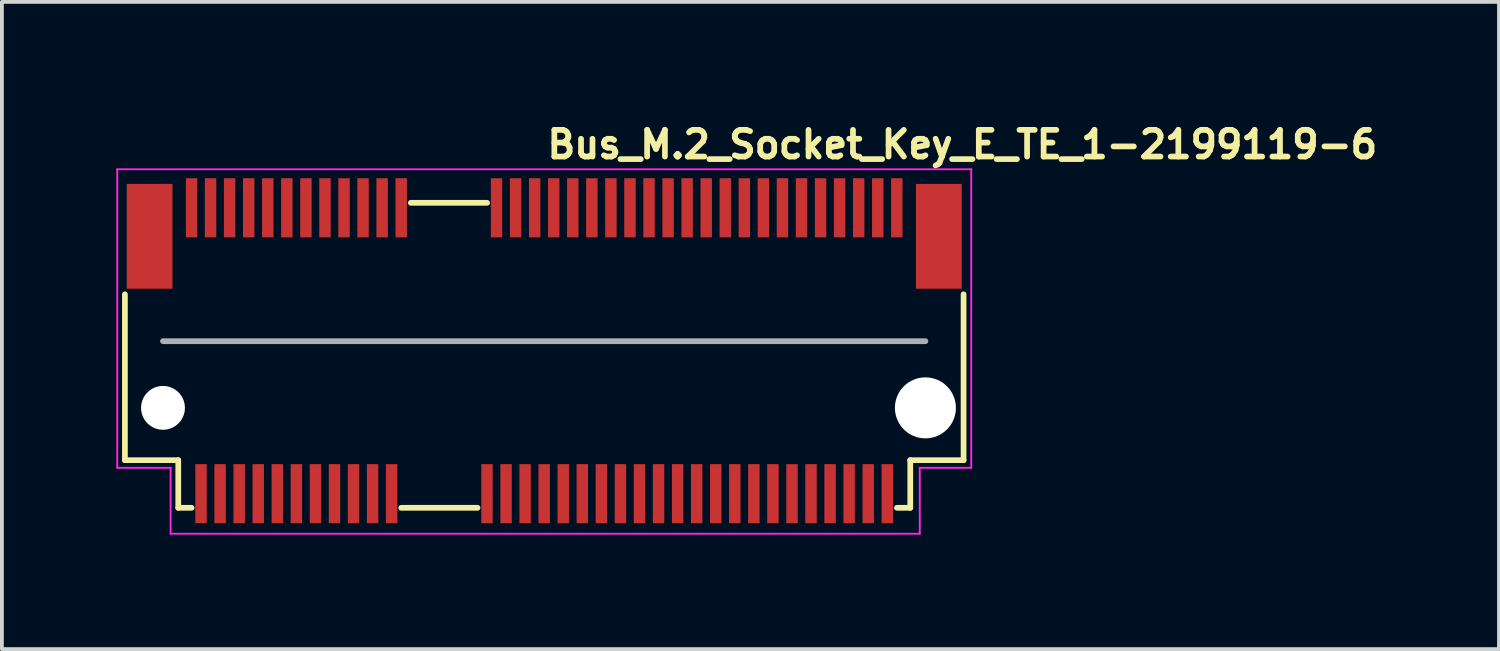
<source format=kicad_pcb>
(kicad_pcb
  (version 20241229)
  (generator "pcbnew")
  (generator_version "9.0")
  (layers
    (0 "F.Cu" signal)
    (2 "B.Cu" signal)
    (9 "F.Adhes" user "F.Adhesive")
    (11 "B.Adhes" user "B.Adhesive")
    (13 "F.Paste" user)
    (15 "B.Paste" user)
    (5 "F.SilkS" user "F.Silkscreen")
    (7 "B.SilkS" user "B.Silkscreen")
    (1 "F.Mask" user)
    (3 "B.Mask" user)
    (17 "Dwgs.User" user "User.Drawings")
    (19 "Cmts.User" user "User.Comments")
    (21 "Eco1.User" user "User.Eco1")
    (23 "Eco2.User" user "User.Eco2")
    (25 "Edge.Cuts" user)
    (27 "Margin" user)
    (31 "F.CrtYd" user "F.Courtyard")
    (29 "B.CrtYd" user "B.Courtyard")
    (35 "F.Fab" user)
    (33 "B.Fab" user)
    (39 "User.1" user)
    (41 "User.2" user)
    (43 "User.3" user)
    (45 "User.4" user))
  (footprint "Bus_M.2_Socket_Key_E_TE_1-2199119-6"
    (layer "F.Cu")
    (at 11.225 6.15)
    (property "Reference" "Bus_M.2_Socket_Key_E_TE_1-2199119-6" (at 0 -5 0) (layer "F.SilkS") (effects (font (size 0.7 0.7) (thickness 0.15)) (justify left bottom)))
    (attr smd)
    (fp_line (start -10.999 2.87) (end -10.999 -1.481) (stroke (width 0.15) (type solid)) (layer "F.SilkS"))
    (fp_line (start -9.599 2.87) (end -10.999 2.87) (stroke (width 0.15) (type solid)) (layer "F.SilkS"))
    (fp_line (start -9.599 2.87) (end -9.599 4.12) (stroke (width 0.15) (type solid)) (layer "F.SilkS"))
    (fp_line (start -9.599 4.12) (end -9.249 4.12) (stroke (width 0.15) (type solid)) (layer "F.SilkS"))
    (fp_line (start -3.75 4.12) (end -1.75 4.12) (stroke (width 0.15) (type solid)) (layer "F.SilkS"))
    (fp_line (start -3.499 -3.88) (end -1.499 -3.88) (stroke (width 0.15) (type solid)) (layer "F.SilkS"))
    (fp_line (start 9.251 4.12) (end 9.601 4.12) (stroke (width 0.15) (type solid)) (layer "F.SilkS"))
    (fp_line (start 9.601 4.12) (end 9.601 2.87) (stroke (width 0.15) (type solid)) (layer "F.SilkS"))
    (fp_line (start 10.999 -1.481) (end 10.999 2.87) (stroke (width 0.15) (type solid)) (layer "F.SilkS"))
    (fp_line (start 10.999 2.87) (end 9.601 2.87) (stroke (width 0.15) (type solid)) (layer "F.SilkS"))
    (fp_line (start -11.2 -4.76) (end -11.2 3.07) (stroke (width 0.05) (type solid)) (layer "F.CrtYd"))
    (fp_line (start -11.2 3.07) (end -9.8 3.07) (stroke (width 0.05) (type solid)) (layer "F.CrtYd"))
    (fp_line (start -9.8 3.07) (end -9.8 4.8) (stroke (width 0.05) (type solid)) (layer "F.CrtYd"))
    (fp_line (start -9.8 4.8) (end 9.85 4.8) (stroke (width 0.05) (type solid)) (layer "F.CrtYd"))
    (fp_line (start 9.85 3.07) (end 11.2 3.07) (stroke (width 0.05) (type solid)) (layer "F.CrtYd"))
    (fp_line (start 9.85 4.8) (end 9.85 3.07) (stroke (width 0.05) (type solid)) (layer "F.CrtYd"))
    (fp_line (start 11.2 -4.76) (end -11.2 -4.76) (stroke (width 0.05) (type solid)) (layer "F.CrtYd"))
    (fp_line (start 11.2 3.07) (end 11.2 -4.76) (stroke (width 0.05) (type solid)) (layer "F.CrtYd"))
    (fp_line (start -10 -0.251) (end 9.998 -0.251) (stroke (width 0.15) (type solid)) (layer "F.Fab"))
    (fp_rect (start -10.95 -4.35) (end 10.949 4.349) (stroke (width 0.1) (type solid)) (fill no) (layer "User.5"))
    (fp_line (start -10.95 -3.75) (end -10.95 1.749) (stroke (width 0.02) (type solid)) (layer "User.9"))
    (fp_line (start -10.95 -3.75) (end 10.949 -3.75) (stroke (width 0.02) (type solid)) (layer "User.9"))
    (fp_line (start -10.95 2.182) (end -10.95 1.749) (stroke (width 0.02) (type solid)) (layer "User.9"))
    (fp_line (start -10.95 2.182) (end -10.95 2.182) (stroke (width 0.02) (type solid)) (layer "User.9"))
    (fp_line (start -10.95 2.373) (end -10.95 2.182) (stroke (width 0.02) (type solid)) (layer "User.9"))
    (fp_line (start -10.95 2.373) (end -10.95 2.373) (stroke (width 0.02) (type solid)) (layer "User.9"))
    (fp_line (start -10.95 2.456) (end -10.95 2.373) (stroke (width 0.02) (type solid)) (layer "User.9"))
    (fp_line (start -10.95 2.456) (end -10.95 2.456) (stroke (width 0.02) (type solid)) (layer "User.9"))
    (fp_line (start -10.95 2.53) (end -10.95 2.456) (stroke (width 0.02) (type solid)) (layer "User.9"))
    (fp_line (start -10.95 2.53) (end -10.95 2.53) (stroke (width 0.02) (type solid)) (layer "User.9"))
    (fp_line (start -10.95 2.595) (end -10.95 2.53) (stroke (width 0.02) (type solid)) (layer "User.9"))
    (fp_line (start -10.95 2.595) (end -10.95 2.595) (stroke (width 0.02) (type solid)) (layer "User.9"))
    (fp_line (start -10.95 2.65) (end -10.95 2.595) (stroke (width 0.02) (type solid)) (layer "User.9"))
    (fp_line (start -10.95 2.65) (end -10.95 2.65) (stroke (width 0.02) (type solid)) (layer "User.9"))
    (fp_line (start -10.95 2.693) (end -10.95 2.65) (stroke (width 0.02) (type solid)) (layer "User.9"))
    (fp_line (start -10.95 2.693) (end -10.95 2.693) (stroke (width 0.02) (type solid)) (layer "User.9"))
    (fp_line (start -10.95 2.724) (end -10.95 2.693) (stroke (width 0.02) (type solid)) (layer "User.9"))
    (fp_line (start -10.95 2.724) (end -10.95 2.724) (stroke (width 0.02) (type solid)) (layer "User.9"))
    (fp_line (start -10.95 2.743) (end -10.95 2.724) (stroke (width 0.02) (type solid)) (layer "User.9"))
    (fp_line (start -10.95 2.743) (end -10.95 2.743) (stroke (width 0.02) (type solid)) (layer "User.9"))
    (fp_line (start -10.95 2.749) (end -10.95 2.743) (stroke (width 0.02) (type solid)) (layer "User.9"))
    (fp_line (start -10.95 2.749) (end -10.575 2.749) (stroke (width 0.02) (type solid)) (layer "User.9"))
    (fp_line (start -10.575 1.749) (end -2.675 1.749) (stroke (width 0.02) (type solid)) (layer "User.9"))
    (fp_line (start -10.575 2.749) (end -10.551 2.749) (stroke (width 0.02) (type solid)) (layer "User.9"))
    (fp_line (start -10.551 2.749) (end -10.526 2.746) (stroke (width 0.02) (type solid)) (layer "User.9"))
    (fp_line (start -10.526 2.746) (end -10.502 2.743) (stroke (width 0.02) (type solid)) (layer "User.9"))
    (fp_line (start -10.502 2.743) (end -10.478 2.74) (stroke (width 0.02) (type solid)) (layer "User.9"))
    (fp_line (start -10.478 2.74) (end -10.454 2.733) (stroke (width 0.02) (type solid)) (layer "User.9"))
    (fp_line (start -10.454 2.733) (end -10.43 2.727) (stroke (width 0.02) (type solid)) (layer "User.9"))
    (fp_line (start -10.43 2.727) (end -10.408 2.719) (stroke (width 0.02) (type solid)) (layer "User.9"))
    (fp_line (start -10.408 2.719) (end -10.385 2.711) (stroke (width 0.02) (type solid)) (layer "User.9"))
    (fp_line (start -10.385 2.711) (end -10.363 2.701) (stroke (width 0.02) (type solid)) (layer "User.9"))
    (fp_line (start -10.363 2.701) (end -10.341 2.69) (stroke (width 0.02) (type solid)) (layer "User.9"))
    (fp_line (start -10.341 2.69) (end -10.319 2.679) (stroke (width 0.02) (type solid)) (layer "User.9"))
    (fp_line (start -10.319 2.679) (end -10.299 2.664) (stroke (width 0.02) (type solid)) (layer "User.9"))
    (fp_line (start -10.299 2.664) (end -10.279 2.65) (stroke (width 0.02) (type solid)) (layer "User.9"))
    (fp_line (start -10.279 2.65) (end -10.26 2.635) (stroke (width 0.02) (type solid)) (layer "User.9"))
    (fp_line (start -10.26 2.635) (end -10.24 2.619) (stroke (width 0.02) (type solid)) (layer "User.9"))
    (fp_line (start -10.24 2.619) (end -10.222 2.602) (stroke (width 0.02) (type solid)) (layer "User.9"))
    (fp_line (start -10.222 2.602) (end -10.222 2.602) (stroke (width 0.02) (type solid)) (layer "User.9"))
    (fp_line (start -10.222 2.602) (end -10.206 2.584) (stroke (width 0.02) (type solid)) (layer "User.9"))
    (fp_line (start -10.206 2.584) (end -10.19 2.565) (stroke (width 0.02) (type solid)) (layer "User.9"))
    (fp_line (start -10.201 -1.251) (end -10.201 -1.06) (stroke (width 0.02) (type solid)) (layer "User.9"))
    (fp_line (start -10.201 -1.06) (end -9.264 -1.06) (stroke (width 0.02) (type solid)) (layer "User.9"))
    (fp_line (start -10.201 0.058) (end -10.201 0.249) (stroke (width 0.02) (type solid)) (layer "User.9"))
    (fp_line (start -10.201 0.249) (end -9.075 0.249) (stroke (width 0.02) (type solid)) (layer "User.9"))
    (fp_line (start -10.19 2.565) (end -10.175 2.546) (stroke (width 0.02) (type solid)) (layer "User.9"))
    (fp_line (start -10.175 2.546) (end -10.161 2.527) (stroke (width 0.02) (type solid)) (layer "User.9"))
    (fp_line (start -10.161 2.527) (end -10.146 2.506) (stroke (width 0.02) (type solid)) (layer "User.9"))
    (fp_line (start -10.146 2.506) (end -10.134 2.485) (stroke (width 0.02) (type solid)) (layer "User.9"))
    (fp_line (start -10.134 2.485) (end -10.123 2.462) (stroke (width 0.02) (type solid)) (layer "User.9"))
    (fp_line (start -10.123 2.462) (end -10.114 2.44) (stroke (width 0.02) (type solid)) (layer "User.9"))
    (fp_line (start -10.114 2.44) (end -10.105 2.418) (stroke (width 0.02) (type solid)) (layer "User.9"))
    (fp_line (start -10.105 2.418) (end -10.097 2.395) (stroke (width 0.02) (type solid)) (layer "User.9"))
    (fp_line (start -10.097 2.395) (end -10.091 2.371) (stroke (width 0.02) (type solid)) (layer "User.9"))
    (fp_line (start -10.091 2.371) (end -10.085 2.347) (stroke (width 0.02) (type solid)) (layer "User.9"))
    (fp_line (start -10.085 2.347) (end -10.082 2.323) (stroke (width 0.02) (type solid)) (layer "User.9"))
    (fp_line (start -10.082 2.323) (end -10.079 2.299) (stroke (width 0.02) (type solid)) (layer "User.9"))
    (fp_line (start -10.079 2.299) (end -10.077 2.273) (stroke (width 0.02) (type solid)) (layer "User.9"))
    (fp_line (start -10.077 2.273) (end -10.076 2.249) (stroke (width 0.02) (type solid)) (layer "User.9"))
    (fp_line (start -10.076 -0.549) (end -10.076 -0.357) (stroke (width 0.02) (type solid)) (layer "User.9"))
    (fp_line (start -10.076 -0.357) (end -9.264 -0.357) (stroke (width 0.02) (type solid)) (layer "User.9"))
    (fp_line (start -10.076 2.102) (end -10.076 1.749) (stroke (width 0.02) (type solid)) (layer "User.9"))
    (fp_line (start -10.076 2.102) (end -10.076 2.102) (stroke (width 0.02) (type solid)) (layer "User.9"))
    (fp_line (start -10.076 2.249) (end -10.076 2.102) (stroke (width 0.02) (type solid)) (layer "User.9"))
    (fp_line (start -9.551 -3.221) (end -8.951 -3.221) (stroke (width 0.02) (type solid)) (layer "User.9"))
    (fp_line (start -9.5 1.749) (end -9.5 3.999) (stroke (width 0.02) (type solid)) (layer "User.9"))
    (fp_line (start -9.5 2.749) (end -10.575 2.749) (stroke (width 0.02) (type solid)) (layer "User.9"))
    (fp_line (start -9.5 3.999) (end -3.656 3.999) (stroke (width 0.02) (type solid)) (layer "User.9"))
    (fp_line (start -9.325 -4.35) (end -9.325 -3.851) (stroke (width 0.02) (type solid)) (layer "User.9"))
    (fp_line (start -9.325 -4.35) (end -9.177 -4.35) (stroke (width 0.02) (type solid)) (layer "User.9"))
    (fp_line (start -9.325 -3.851) (end -9.325 -3.75) (stroke (width 0.02) (type solid)) (layer "User.9"))
    (fp_line (start -9.264 -1.06) (end -9.264 -0.549) (stroke (width 0.02) (type solid)) (layer "User.9"))
    (fp_line (start -9.264 -0.549) (end -10.076 -0.549) (stroke (width 0.02) (type solid)) (layer "User.9"))
    (fp_line (start -9.264 -0.357) (end -9.264 0.058) (stroke (width 0.02) (type solid)) (layer "User.9"))
    (fp_line (start -9.264 0.058) (end -10.201 0.058) (stroke (width 0.02) (type solid)) (layer "User.9"))
    (fp_line (start -9.25 -3.741) (end -9.551 -3.221) (stroke (width 0.02) (type solid)) (layer "User.9"))
    (fp_line (start -9.177 -4.35) (end -9.177 -3.851) (stroke (width 0.02) (type solid)) (layer "User.9"))
    (fp_line (start -9.177 -3.851) (end -9.177 -3.75) (stroke (width 0.02) (type solid)) (layer "User.9"))
    (fp_line (start -9.094 2.222) (end -9.075 1.98) (stroke (width 0.02) (type solid)) (layer "User.9"))
    (fp_line (start -9.094 2.222) (end -8.908 2.222) (stroke (width 0.02) (type solid)) (layer "User.9"))
    (fp_line (start -9.075 -1.251) (end -10.201 -1.251) (stroke (width 0.02) (type solid)) (layer "User.9"))
    (fp_line (start -9.075 0.249) (end -9.075 -1.251) (stroke (width 0.02) (type solid)) (layer "User.9"))
    (fp_line (start -9.075 1.749) (end -9.075 1.796) (stroke (width 0.02) (type solid)) (layer "User.9"))
    (fp_line (start -9.075 1.897) (end -9.075 1.796) (stroke (width 0.02) (type solid)) (layer "User.9"))
    (fp_line (start -9.075 1.897) (end -9.075 1.98) (stroke (width 0.02) (type solid)) (layer "User.9"))
    (fp_line (start -9.075 3.999) (end -9.075 4.349) (stroke (width 0.02) (type solid)) (layer "User.9"))
    (fp_line (start -9.075 4.349) (end -8.926 4.349) (stroke (width 0.02) (type solid)) (layer "User.9"))
    (fp_line (start -8.951 -3.221) (end -9.25 -3.741) (stroke (width 0.02) (type solid)) (layer "User.9"))
    (fp_line (start -8.926 1.749) (end -8.926 1.796) (stroke (width 0.02) (type solid)) (layer "User.9"))
    (fp_line (start -8.926 1.897) (end -8.926 1.796) (stroke (width 0.02) (type solid)) (layer "User.9"))
    (fp_line (start -8.926 1.897) (end -8.926 1.98) (stroke (width 0.02) (type solid)) (layer "User.9"))
    (fp_line (start -8.926 3.999) (end -8.926 4.349) (stroke (width 0.02) (type solid)) (layer "User.9"))
    (fp_line (start -8.908 2.222) (end -8.926 1.98) (stroke (width 0.02) (type solid)) (layer "User.9"))
    (fp_line (start -8.826 -4.35) (end -8.826 -3.851) (stroke (width 0.02) (type solid)) (layer "User.9"))
    (fp_line (start -8.826 -4.35) (end -8.676 -4.35) (stroke (width 0.02) (type solid)) (layer "User.9"))
    (fp_line (start -8.826 -3.851) (end -8.826 -3.75) (stroke (width 0.02) (type solid)) (layer "User.9"))
    (fp_line (start -8.676 -4.35) (end -8.676 -3.851) (stroke (width 0.02) (type solid)) (layer "User.9"))
    (fp_line (start -8.676 -3.851) (end -8.676 -3.75) (stroke (width 0.02) (type solid)) (layer "User.9"))
    (fp_line (start -8.593 2.222) (end -8.575 1.98) (stroke (width 0.02) (type solid)) (layer "User.9"))
    (fp_line (start -8.593 2.222) (end -8.409 2.222) (stroke (width 0.02) (type solid)) (layer "User.9"))
    (fp_line (start -8.575 1.749) (end -8.575 1.796) (stroke (width 0.02) (type solid)) (layer "User.9"))
    (fp_line (start -8.575 1.897) (end -8.575 1.796) (stroke (width 0.02) (type solid)) (layer "User.9"))
    (fp_line (start -8.575 1.897) (end -8.575 1.98) (stroke (width 0.02) (type solid)) (layer "User.9"))
    (fp_line (start -8.575 3.999) (end -8.575 4.349) (stroke (width 0.02) (type solid)) (layer "User.9"))
    (fp_line (start -8.575 4.349) (end -8.426 4.349) (stroke (width 0.02) (type solid)) (layer "User.9"))
    (fp_line (start -8.426 1.749) (end -8.426 1.796) (stroke (width 0.02) (type solid)) (layer "User.9"))
    (fp_line (start -8.426 1.897) (end -8.426 1.796) (stroke (width 0.02) (type solid)) (layer "User.9"))
    (fp_line (start -8.426 1.897) (end -8.426 1.98) (stroke (width 0.02) (type solid)) (layer "User.9"))
    (fp_line (start -8.426 3.999) (end -8.426 4.349) (stroke (width 0.02) (type solid)) (layer "User.9"))
    (fp_line (start -8.409 2.222) (end -8.426 1.98) (stroke (width 0.02) (type solid)) (layer "User.9"))
    (fp_line (start -8.325 -4.35) (end -8.325 -3.851) (stroke (width 0.02) (type solid)) (layer "User.9"))
    (fp_line (start -8.325 -4.35) (end -8.176 -4.35) (stroke (width 0.02) (type solid)) (layer "User.9"))
    (fp_line (start -8.325 -3.851) (end -8.325 -3.75) (stroke (width 0.02) (type solid)) (layer "User.9"))
    (fp_line (start -8.176 -4.35) (end -8.176 -3.851) (stroke (width 0.02) (type solid)) (layer "User.9"))
    (fp_line (start -8.176 -3.851) (end -8.176 -3.75) (stroke (width 0.02) (type solid)) (layer "User.9"))
    (fp_line (start -8.093 2.222) (end -8.075 1.98) (stroke (width 0.02) (type solid)) (layer "User.9"))
    (fp_line (start -8.093 2.222) (end -7.908 2.222) (stroke (width 0.02) (type solid)) (layer "User.9"))
    (fp_line (start -8.075 1.749) (end -8.075 1.796) (stroke (width 0.02) (type solid)) (layer "User.9"))
    (fp_line (start -8.075 1.897) (end -8.075 1.796) (stroke (width 0.02) (type solid)) (layer "User.9"))
    (fp_line (start -8.075 1.897) (end -8.075 1.98) (stroke (width 0.02) (type solid)) (layer "User.9"))
    (fp_line (start -8.075 3.999) (end -8.075 4.349) (stroke (width 0.02) (type solid)) (layer "User.9"))
    (fp_line (start -8.075 4.349) (end -7.926 4.349) (stroke (width 0.02) (type solid)) (layer "User.9"))
    (fp_line (start -7.926 1.749) (end -7.926 1.796) (stroke (width 0.02) (type solid)) (layer "User.9"))
    (fp_line (start -7.926 1.897) (end -7.926 1.796) (stroke (width 0.02) (type solid)) (layer "User.9"))
    (fp_line (start -7.926 1.897) (end -7.926 1.98) (stroke (width 0.02) (type solid)) (layer "User.9"))
    (fp_line (start -7.926 3.999) (end -7.926 4.349) (stroke (width 0.02) (type solid)) (layer "User.9"))
    (fp_line (start -7.908 2.222) (end -7.926 1.98) (stroke (width 0.02) (type solid)) (layer "User.9"))
    (fp_line (start -7.827 -4.35) (end -7.827 -3.851) (stroke (width 0.02) (type solid)) (layer "User.9"))
    (fp_line (start -7.827 -4.35) (end -7.676 -4.35) (stroke (width 0.02) (type solid)) (layer "User.9"))
    (fp_line (start -7.827 -3.851) (end -7.827 -3.75) (stroke (width 0.02) (type solid)) (layer "User.9"))
    (fp_line (start -7.676 -4.35) (end -7.676 -3.851) (stroke (width 0.02) (type solid)) (layer "User.9"))
    (fp_line (start -7.676 -3.851) (end -7.676 -3.75) (stroke (width 0.02) (type solid)) (layer "User.9"))
    (fp_line (start -7.594 2.222) (end -7.577 1.98) (stroke (width 0.02) (type solid)) (layer "User.9"))
    (fp_line (start -7.594 2.222) (end -7.408 2.222) (stroke (width 0.02) (type solid)) (layer "User.9"))
    (fp_line (start -7.577 1.749) (end -7.577 1.796) (stroke (width 0.02) (type solid)) (layer "User.9"))
    (fp_line (start -7.577 1.897) (end -7.577 1.796) (stroke (width 0.02) (type solid)) (layer "User.9"))
    (fp_line (start -7.577 1.897) (end -7.577 1.98) (stroke (width 0.02) (type solid)) (layer "User.9"))
    (fp_line (start -7.577 3.999) (end -7.577 4.349) (stroke (width 0.02) (type solid)) (layer "User.9"))
    (fp_line (start -7.577 4.349) (end -7.426 4.349) (stroke (width 0.02) (type solid)) (layer "User.9"))
    (fp_line (start -7.426 1.749) (end -7.426 1.796) (stroke (width 0.02) (type solid)) (layer "User.9"))
    (fp_line (start -7.426 1.897) (end -7.426 1.796) (stroke (width 0.02) (type solid)) (layer "User.9"))
    (fp_line (start -7.426 1.897) (end -7.426 1.98) (stroke (width 0.02) (type solid)) (layer "User.9"))
    (fp_line (start -7.426 3.999) (end -7.426 4.349) (stroke (width 0.02) (type solid)) (layer "User.9"))
    (fp_line (start -7.408 2.222) (end -7.426 1.98) (stroke (width 0.02) (type solid)) (layer "User.9"))
    (fp_line (start -7.327 -4.35) (end -7.327 -3.851) (stroke (width 0.02) (type solid)) (layer "User.9"))
    (fp_line (start -7.327 -4.35) (end -7.175 -4.35) (stroke (width 0.02) (type solid)) (layer "User.9"))
    (fp_line (start -7.327 -3.851) (end -7.327 -3.75) (stroke (width 0.02) (type solid)) (layer "User.9"))
    (fp_line (start -7.175 -4.35) (end -7.175 -3.851) (stroke (width 0.02) (type solid)) (layer "User.9"))
    (fp_line (start -7.175 -3.851) (end -7.175 -3.75) (stroke (width 0.02) (type solid)) (layer "User.9"))
    (fp_line (start -7.094 2.222) (end -7.077 1.98) (stroke (width 0.02) (type solid)) (layer "User.9"))
    (fp_line (start -7.094 2.222) (end -6.908 2.222) (stroke (width 0.02) (type solid)) (layer "User.9"))
    (fp_line (start -7.077 1.749) (end -7.077 1.796) (stroke (width 0.02) (type solid)) (layer "User.9"))
    (fp_line (start -7.077 1.897) (end -7.077 1.796) (stroke (width 0.02) (type solid)) (layer "User.9"))
    (fp_line (start -7.077 1.897) (end -7.077 1.98) (stroke (width 0.02) (type solid)) (layer "User.9"))
    (fp_line (start -7.077 3.999) (end -7.077 4.349) (stroke (width 0.02) (type solid)) (layer "User.9"))
    (fp_line (start -7.077 4.349) (end -6.925 4.349) (stroke (width 0.02) (type solid)) (layer "User.9"))
    (fp_line (start -6.925 1.749) (end -6.925 1.796) (stroke (width 0.02) (type solid)) (layer "User.9"))
    (fp_line (start -6.925 1.897) (end -6.925 1.796) (stroke (width 0.02) (type solid)) (layer "User.9"))
    (fp_line (start -6.925 1.897) (end -6.925 1.98) (stroke (width 0.02) (type solid)) (layer "User.9"))
    (fp_line (start -6.925 3.999) (end -6.925 4.349) (stroke (width 0.02) (type solid)) (layer "User.9"))
    (fp_line (start -6.908 2.222) (end -6.925 1.98) (stroke (width 0.02) (type solid)) (layer "User.9"))
    (fp_line (start -6.827 -4.35) (end -6.827 -3.851) (stroke (width 0.02) (type solid)) (layer "User.9"))
    (fp_line (start -6.827 -4.35) (end -6.675 -4.35) (stroke (width 0.02) (type solid)) (layer "User.9"))
    (fp_line (start -6.827 -3.851) (end -6.827 -3.75) (stroke (width 0.02) (type solid)) (layer "User.9"))
    (fp_line (start -6.675 -4.35) (end -6.675 -3.851) (stroke (width 0.02) (type solid)) (layer "User.9"))
    (fp_line (start -6.675 -3.851) (end -6.675 -3.75) (stroke (width 0.02) (type solid)) (layer "User.9"))
    (fp_line (start -6.594 2.222) (end -6.577 1.98) (stroke (width 0.02) (type solid)) (layer "User.9"))
    (fp_line (start -6.594 2.222) (end -6.408 2.222) (stroke (width 0.02) (type solid)) (layer "User.9"))
    (fp_line (start -6.577 1.749) (end -6.577 1.796) (stroke (width 0.02) (type solid)) (layer "User.9"))
    (fp_line (start -6.577 1.897) (end -6.577 1.796) (stroke (width 0.02) (type solid)) (layer "User.9"))
    (fp_line (start -6.577 1.897) (end -6.577 1.98) (stroke (width 0.02) (type solid)) (layer "User.9"))
    (fp_line (start -6.577 3.999) (end -6.577 4.349) (stroke (width 0.02) (type solid)) (layer "User.9"))
    (fp_line (start -6.577 4.349) (end -6.425 4.349) (stroke (width 0.02) (type solid)) (layer "User.9"))
    (fp_line (start -6.425 1.749) (end -6.425 1.796) (stroke (width 0.02) (type solid)) (layer "User.9"))
    (fp_line (start -6.425 1.897) (end -6.425 1.796) (stroke (width 0.02) (type solid)) (layer "User.9"))
    (fp_line (start -6.425 1.897) (end -6.425 1.98) (stroke (width 0.02) (type solid)) (layer "User.9"))
    (fp_line (start -6.425 3.999) (end -6.425 4.349) (stroke (width 0.02) (type solid)) (layer "User.9"))
    (fp_line (start -6.408 2.222) (end -6.425 1.98) (stroke (width 0.02) (type solid)) (layer "User.9"))
    (fp_line (start -6.327 -4.35) (end -6.327 -3.851) (stroke (width 0.02) (type solid)) (layer "User.9"))
    (fp_line (start -6.327 -4.35) (end -6.175 -4.35) (stroke (width 0.02) (type solid)) (layer "User.9"))
    (fp_line (start -6.327 -3.851) (end -6.327 -3.75) (stroke (width 0.02) (type solid)) (layer "User.9"))
    (fp_line (start -6.175 -4.35) (end -6.175 -3.851) (stroke (width 0.02) (type solid)) (layer "User.9"))
    (fp_line (start -6.175 -3.851) (end -6.175 -3.75) (stroke (width 0.02) (type solid)) (layer "User.9"))
    (fp_line (start -6.094 2.222) (end -6.077 1.98) (stroke (width 0.02) (type solid)) (layer "User.9"))
    (fp_line (start -6.094 2.222) (end -5.908 2.222) (stroke (width 0.02) (type solid)) (layer "User.9"))
    (fp_line (start -6.077 1.749) (end -6.077 1.796) (stroke (width 0.02) (type solid)) (layer "User.9"))
    (fp_line (start -6.077 1.897) (end -6.077 1.796) (stroke (width 0.02) (type solid)) (layer "User.9"))
    (fp_line (start -6.077 1.897) (end -6.077 1.98) (stroke (width 0.02) (type solid)) (layer "User.9"))
    (fp_line (start -6.077 3.999) (end -6.077 4.349) (stroke (width 0.02) (type solid)) (layer "User.9"))
    (fp_line (start -6.077 4.349) (end -5.925 4.349) (stroke (width 0.02) (type solid)) (layer "User.9"))
    (fp_line (start -5.925 1.749) (end -5.925 1.796) (stroke (width 0.02) (type solid)) (layer "User.9"))
    (fp_line (start -5.925 1.897) (end -5.925 1.796) (stroke (width 0.02) (type solid)) (layer "User.9"))
    (fp_line (start -5.925 1.897) (end -5.925 1.98) (stroke (width 0.02) (type solid)) (layer "User.9"))
    (fp_line (start -5.925 3.999) (end -5.925 4.349) (stroke (width 0.02) (type solid)) (layer "User.9"))
    (fp_line (start -5.908 2.222) (end -5.925 1.98) (stroke (width 0.02) (type solid)) (layer "User.9"))
    (fp_line (start -5.827 -4.35) (end -5.827 -3.851) (stroke (width 0.02) (type solid)) (layer "User.9"))
    (fp_line (start -5.827 -4.35) (end -5.675 -4.35) (stroke (width 0.02) (type solid)) (layer "User.9"))
    (fp_line (start -5.827 -3.851) (end -5.827 -3.75) (stroke (width 0.02) (type solid)) (layer "User.9"))
    (fp_line (start -5.675 -4.35) (end -5.675 -3.851) (stroke (width 0.02) (type solid)) (layer "User.9"))
    (fp_line (start -5.675 -3.851) (end -5.675 -3.75) (stroke (width 0.02) (type solid)) (layer "User.9"))
    (fp_line (start -5.594 2.222) (end -5.577 1.98) (stroke (width 0.02) (type solid)) (layer "User.9"))
    (fp_line (start -5.594 2.222) (end -5.408 2.222) (stroke (width 0.02) (type solid)) (layer "User.9"))
    (fp_line (start -5.577 1.749) (end -5.577 1.796) (stroke (width 0.02) (type solid)) (layer "User.9"))
    (fp_line (start -5.577 1.897) (end -5.577 1.796) (stroke (width 0.02) (type solid)) (layer "User.9"))
    (fp_line (start -5.577 1.897) (end -5.577 1.98) (stroke (width 0.02) (type solid)) (layer "User.9"))
    (fp_line (start -5.577 3.999) (end -5.577 4.349) (stroke (width 0.02) (type solid)) (layer "User.9"))
    (fp_line (start -5.577 4.349) (end -5.425 4.349) (stroke (width 0.02) (type solid)) (layer "User.9"))
    (fp_line (start -5.425 1.749) (end -5.425 1.796) (stroke (width 0.02) (type solid)) (layer "User.9"))
    (fp_line (start -5.425 1.897) (end -5.425 1.796) (stroke (width 0.02) (type solid)) (layer "User.9"))
    (fp_line (start -5.425 1.897) (end -5.425 1.98) (stroke (width 0.02) (type solid)) (layer "User.9"))
    (fp_line (start -5.425 3.999) (end -5.425 4.349) (stroke (width 0.02) (type solid)) (layer "User.9"))
    (fp_line (start -5.408 2.222) (end -5.425 1.98) (stroke (width 0.02) (type solid)) (layer "User.9"))
    (fp_line (start -5.327 -4.35) (end -5.327 -3.851) (stroke (width 0.02) (type solid)) (layer "User.9"))
    (fp_line (start -5.327 -4.35) (end -5.175 -4.35) (stroke (width 0.02) (type solid)) (layer "User.9"))
    (fp_line (start -5.327 -3.851) (end -5.327 -3.75) (stroke (width 0.02) (type solid)) (layer "User.9"))
    (fp_line (start -5.175 -4.35) (end -5.175 -3.851) (stroke (width 0.02) (type solid)) (layer "User.9"))
    (fp_line (start -5.175 -3.851) (end -5.175 -3.75) (stroke (width 0.02) (type solid)) (layer "User.9"))
    (fp_line (start -5.094 2.222) (end -5.076 1.98) (stroke (width 0.02) (type solid)) (layer "User.9"))
    (fp_line (start -5.094 2.222) (end -4.908 2.222) (stroke (width 0.02) (type solid)) (layer "User.9"))
    (fp_line (start -5.076 1.749) (end -5.076 1.796) (stroke (width 0.02) (type solid)) (layer "User.9"))
    (fp_line (start -5.076 1.897) (end -5.076 1.796) (stroke (width 0.02) (type solid)) (layer "User.9"))
    (fp_line (start -5.076 1.897) (end -5.076 1.98) (stroke (width 0.02) (type solid)) (layer "User.9"))
    (fp_line (start -5.076 3.999) (end -5.076 4.349) (stroke (width 0.02) (type solid)) (layer "User.9"))
    (fp_line (start -5.076 4.349) (end -4.925 4.349) (stroke (width 0.02) (type solid)) (layer "User.9"))
    (fp_line (start -4.925 1.749) (end -4.925 1.796) (stroke (width 0.02) (type solid)) (layer "User.9"))
    (fp_line (start -4.925 1.897) (end -4.925 1.796) (stroke (width 0.02) (type solid)) (layer "User.9"))
    (fp_line (start -4.925 1.897) (end -4.925 1.98) (stroke (width 0.02) (type solid)) (layer "User.9"))
    (fp_line (start -4.925 3.999) (end -4.925 4.349) (stroke (width 0.02) (type solid)) (layer "User.9"))
    (fp_line (start -4.908 2.222) (end -4.925 1.98) (stroke (width 0.02) (type solid)) (layer "User.9"))
    (fp_line (start -4.826 -4.35) (end -4.826 -3.851) (stroke (width 0.02) (type solid)) (layer "User.9"))
    (fp_line (start -4.826 -4.35) (end -4.675 -4.35) (stroke (width 0.02) (type solid)) (layer "User.9"))
    (fp_line (start -4.826 -3.851) (end -4.826 -3.75) (stroke (width 0.02) (type solid)) (layer "User.9"))
    (fp_line (start -4.675 -4.35) (end -4.675 -3.851) (stroke (width 0.02) (type solid)) (layer "User.9"))
    (fp_line (start -4.675 -3.851) (end -4.675 -3.75) (stroke (width 0.02) (type solid)) (layer "User.9"))
    (fp_line (start -4.594 2.222) (end -4.576 1.98) (stroke (width 0.02) (type solid)) (layer "User.9"))
    (fp_line (start -4.594 2.222) (end -4.408 2.222) (stroke (width 0.02) (type solid)) (layer "User.9"))
    (fp_line (start -4.576 1.749) (end -4.576 1.796) (stroke (width 0.02) (type solid)) (layer "User.9"))
    (fp_line (start -4.576 1.897) (end -4.576 1.796) (stroke (width 0.02) (type solid)) (layer "User.9"))
    (fp_line (start -4.576 1.897) (end -4.576 1.98) (stroke (width 0.02) (type solid)) (layer "User.9"))
    (fp_line (start -4.576 3.999) (end -4.576 4.349) (stroke (width 0.02) (type solid)) (layer "User.9"))
    (fp_line (start -4.576 4.349) (end -4.425 4.349) (stroke (width 0.02) (type solid)) (layer "User.9"))
    (fp_line (start -4.425 1.749) (end -4.425 1.796) (stroke (width 0.02) (type solid)) (layer "User.9"))
    (fp_line (start -4.425 1.897) (end -4.425 1.796) (stroke (width 0.02) (type solid)) (layer "User.9"))
    (fp_line (start -4.425 1.897) (end -4.425 1.98) (stroke (width 0.02) (type solid)) (layer "User.9"))
    (fp_line (start -4.425 3.999) (end -4.425 4.349) (stroke (width 0.02) (type solid)) (layer "User.9"))
    (fp_line (start -4.408 2.222) (end -4.425 1.98) (stroke (width 0.02) (type solid)) (layer "User.9"))
    (fp_line (start -4.326 -4.35) (end -4.326 -3.851) (stroke (width 0.02) (type solid)) (layer "User.9"))
    (fp_line (start -4.326 -4.35) (end -4.175 -4.35) (stroke (width 0.02) (type solid)) (layer "User.9"))
    (fp_line (start -4.326 -3.851) (end -4.326 -3.75) (stroke (width 0.02) (type solid)) (layer "User.9"))
    (fp_line (start -4.175 -4.35) (end -4.175 -3.851) (stroke (width 0.02) (type solid)) (layer "User.9"))
    (fp_line (start -4.175 -3.851) (end -4.175 -3.75) (stroke (width 0.02) (type solid)) (layer "User.9"))
    (fp_line (start -4.094 2.222) (end -4.076 1.98) (stroke (width 0.02) (type solid)) (layer "User.9"))
    (fp_line (start -4.094 2.222) (end -3.908 2.222) (stroke (width 0.02) (type solid)) (layer "User.9"))
    (fp_line (start -4.076 1.749) (end -4.076 1.796) (stroke (width 0.02) (type solid)) (layer "User.9"))
    (fp_line (start -4.076 1.897) (end -4.076 1.796) (stroke (width 0.02) (type solid)) (layer "User.9"))
    (fp_line (start -4.076 1.897) (end -4.076 1.98) (stroke (width 0.02) (type solid)) (layer "User.9"))
    (fp_line (start -4.076 3.999) (end -4.076 4.349) (stroke (width 0.02) (type solid)) (layer "User.9"))
    (fp_line (start -4.076 4.349) (end -3.925 4.349) (stroke (width 0.02) (type solid)) (layer "User.9"))
    (fp_line (start -3.925 1.749) (end -3.925 1.796) (stroke (width 0.02) (type solid)) (layer "User.9"))
    (fp_line (start -3.925 1.897) (end -3.925 1.796) (stroke (width 0.02) (type solid)) (layer "User.9"))
    (fp_line (start -3.925 1.897) (end -3.925 1.98) (stroke (width 0.02) (type solid)) (layer "User.9"))
    (fp_line (start -3.925 3.999) (end -3.925 4.349) (stroke (width 0.02) (type solid)) (layer "User.9"))
    (fp_line (start -3.908 2.222) (end -3.925 1.98) (stroke (width 0.02) (type solid)) (layer "User.9"))
    (fp_line (start -3.826 -4.35) (end -3.826 -3.851) (stroke (width 0.02) (type solid)) (layer "User.9"))
    (fp_line (start -3.826 -4.35) (end -3.675 -4.35) (stroke (width 0.02) (type solid)) (layer "User.9"))
    (fp_line (start -3.826 -3.851) (end -3.826 -3.75) (stroke (width 0.02) (type solid)) (layer "User.9"))
    (fp_line (start -3.675 -4.35) (end -3.675 -3.851) (stroke (width 0.02) (type solid)) (layer "User.9"))
    (fp_line (start -3.675 -3.851) (end -3.675 -3.75) (stroke (width 0.02) (type solid)) (layer "User.9"))
    (fp_line (start -3.656 1.749) (end -3.656 3.999) (stroke (width 0.02) (type solid)) (layer "User.9"))
    (fp_line (start -3.656 3.999) (end -3.547 3.999) (stroke (width 0.02) (type solid)) (layer "User.9"))
    (fp_line (start -3.547 3.799) (end -1.956 3.799) (stroke (width 0.02) (type solid)) (layer "User.9"))
    (fp_line (start -3.547 3.999) (end -3.547 3.799) (stroke (width 0.02) (type solid)) (layer "User.9"))
    (fp_line (start -3.175 2.102) (end -3.175 1.749) (stroke (width 0.02) (type solid)) (layer "User.9"))
    (fp_line (start -3.175 2.102) (end -3.175 2.102) (stroke (width 0.02) (type solid)) (layer "User.9"))
    (fp_line (start -3.175 2.249) (end -3.175 2.102) (stroke (width 0.02) (type solid)) (layer "User.9"))
    (fp_line (start -3.175 2.249) (end -3.175 2.273) (stroke (width 0.02) (type solid)) (layer "User.9"))
    (fp_line (start -3.175 2.273) (end -3.174 2.299) (stroke (width 0.02) (type solid)) (layer "User.9"))
    (fp_line (start -3.174 2.299) (end -3.171 2.323) (stroke (width 0.02) (type solid)) (layer "User.9"))
    (fp_line (start -3.171 2.323) (end -3.166 2.347) (stroke (width 0.02) (type solid)) (layer "User.9"))
    (fp_line (start -3.166 2.347) (end -3.161 2.371) (stroke (width 0.02) (type solid)) (layer "User.9"))
    (fp_line (start -3.161 2.371) (end -3.155 2.395) (stroke (width 0.02) (type solid)) (layer "User.9"))
    (fp_line (start -3.155 2.395) (end -3.147 2.418) (stroke (width 0.02) (type solid)) (layer "User.9"))
    (fp_line (start -3.147 2.418) (end -3.137 2.44) (stroke (width 0.02) (type solid)) (layer "User.9"))
    (fp_line (start -3.137 2.44) (end -3.129 2.462) (stroke (width 0.02) (type solid)) (layer "User.9"))
    (fp_line (start -3.129 2.462) (end -3.118 2.485) (stroke (width 0.02) (type solid)) (layer "User.9"))
    (fp_line (start -3.118 2.485) (end -3.105 2.506) (stroke (width 0.02) (type solid)) (layer "User.9"))
    (fp_line (start -3.105 2.506) (end -3.092 2.527) (stroke (width 0.02) (type solid)) (layer "User.9"))
    (fp_line (start -3.092 2.527) (end -3.078 2.546) (stroke (width 0.02) (type solid)) (layer "User.9"))
    (fp_line (start -3.078 2.546) (end -3.063 2.565) (stroke (width 0.02) (type solid)) (layer "User.9"))
    (fp_line (start -3.063 2.565) (end -3.047 2.584) (stroke (width 0.02) (type solid)) (layer "User.9"))
    (fp_line (start -3.047 2.584) (end -3.03 2.602) (stroke (width 0.02) (type solid)) (layer "User.9"))
    (fp_line (start -3.03 2.602) (end -3.03 2.602) (stroke (width 0.02) (type solid)) (layer "User.9"))
    (fp_line (start -3.03 2.602) (end -3.012 2.619) (stroke (width 0.02) (type solid)) (layer "User.9"))
    (fp_line (start -3.012 2.619) (end -2.993 2.635) (stroke (width 0.02) (type solid)) (layer "User.9"))
    (fp_line (start -2.993 2.635) (end -2.973 2.65) (stroke (width 0.02) (type solid)) (layer "User.9"))
    (fp_line (start -2.973 2.65) (end -2.954 2.664) (stroke (width 0.02) (type solid)) (layer "User.9"))
    (fp_line (start -2.954 2.664) (end -2.932 2.679) (stroke (width 0.02) (type solid)) (layer "User.9"))
    (fp_line (start -2.932 2.679) (end -2.911 2.69) (stroke (width 0.02) (type solid)) (layer "User.9"))
    (fp_line (start -2.911 2.69) (end -2.89 2.701) (stroke (width 0.02) (type solid)) (layer "User.9"))
    (fp_line (start -2.89 2.701) (end -2.868 2.711) (stroke (width 0.02) (type solid)) (layer "User.9"))
    (fp_line (start -2.868 2.711) (end -2.845 2.719) (stroke (width 0.02) (type solid)) (layer "User.9"))
    (fp_line (start -2.845 2.719) (end -2.821 2.727) (stroke (width 0.02) (type solid)) (layer "User.9"))
    (fp_line (start -2.821 2.727) (end -2.797 2.733) (stroke (width 0.02) (type solid)) (layer "User.9"))
    (fp_line (start -2.797 2.733) (end -2.775 2.74) (stroke (width 0.02) (type solid)) (layer "User.9"))
    (fp_line (start -2.775 2.74) (end -2.749 2.743) (stroke (width 0.02) (type solid)) (layer "User.9"))
    (fp_line (start -2.749 2.743) (end -2.725 2.746) (stroke (width 0.02) (type solid)) (layer "User.9"))
    (fp_line (start -2.725 2.746) (end -2.701 2.749) (stroke (width 0.02) (type solid)) (layer "User.9"))
    (fp_line (start -2.701 2.749) (end -2.675 2.749) (stroke (width 0.02) (type solid)) (layer "User.9"))
    (fp_line (start -2.576 1.749) (end 10.574 1.749) (stroke (width 0.02) (type solid)) (layer "User.9"))
    (fp_line (start -2.576 2.749) (end -2.675 2.749) (stroke (width 0.02) (type solid)) (layer "User.9"))
    (fp_line (start -2.552 2.749) (end -2.576 2.749) (stroke (width 0.02) (type solid)) (layer "User.9"))
    (fp_line (start -2.526 2.746) (end -2.552 2.749) (stroke (width 0.02) (type solid)) (layer "User.9"))
    (fp_line (start -2.502 2.743) (end -2.526 2.746) (stroke (width 0.02) (type solid)) (layer "User.9"))
    (fp_line (start -2.477 2.74) (end -2.502 2.743) (stroke (width 0.02) (type solid)) (layer "User.9"))
    (fp_line (start -2.454 2.733) (end -2.477 2.74) (stroke (width 0.02) (type solid)) (layer "User.9"))
    (fp_line (start -2.43 2.727) (end -2.454 2.733) (stroke (width 0.02) (type solid)) (layer "User.9"))
    (fp_line (start -2.408 2.719) (end -2.43 2.727) (stroke (width 0.02) (type solid)) (layer "User.9"))
    (fp_line (start -2.384 2.711) (end -2.408 2.719) (stroke (width 0.02) (type solid)) (layer "User.9"))
    (fp_line (start -2.363 2.701) (end -2.384 2.711) (stroke (width 0.02) (type solid)) (layer "User.9"))
    (fp_line (start -2.341 2.69) (end -2.363 2.701) (stroke (width 0.02) (type solid)) (layer "User.9"))
    (fp_line (start -2.32 2.679) (end -2.341 2.69) (stroke (width 0.02) (type solid)) (layer "User.9"))
    (fp_line (start -2.299 2.664) (end -2.32 2.679) (stroke (width 0.02) (type solid)) (layer "User.9"))
    (fp_line (start -2.278 2.65) (end -2.299 2.664) (stroke (width 0.02) (type solid)) (layer "User.9"))
    (fp_line (start -2.259 2.635) (end -2.278 2.65) (stroke (width 0.02) (type solid)) (layer "User.9"))
    (fp_line (start -2.241 2.619) (end -2.259 2.635) (stroke (width 0.02) (type solid)) (layer "User.9"))
    (fp_line (start -2.222 2.602) (end -2.241 2.619) (stroke (width 0.02) (type solid)) (layer "User.9"))
    (fp_line (start -2.222 2.602) (end -2.222 2.602) (stroke (width 0.02) (type solid)) (layer "User.9"))
    (fp_line (start -2.206 2.584) (end -2.222 2.602) (stroke (width 0.02) (type solid)) (layer "User.9"))
    (fp_line (start -2.19 2.565) (end -2.206 2.584) (stroke (width 0.02) (type solid)) (layer "User.9"))
    (fp_line (start -2.174 2.546) (end -2.19 2.565) (stroke (width 0.02) (type solid)) (layer "User.9"))
    (fp_line (start -2.161 2.527) (end -2.174 2.546) (stroke (width 0.02) (type solid)) (layer "User.9"))
    (fp_line (start -2.147 2.506) (end -2.161 2.527) (stroke (width 0.02) (type solid)) (layer "User.9"))
    (fp_line (start -2.134 2.485) (end -2.147 2.506) (stroke (width 0.02) (type solid)) (layer "User.9"))
    (fp_line (start -2.124 2.462) (end -2.134 2.485) (stroke (width 0.02) (type solid)) (layer "User.9"))
    (fp_line (start -2.115 2.44) (end -2.124 2.462) (stroke (width 0.02) (type solid)) (layer "User.9"))
    (fp_line (start -2.105 2.418) (end -2.115 2.44) (stroke (width 0.02) (type solid)) (layer "User.9"))
    (fp_line (start -2.097 2.395) (end -2.105 2.418) (stroke (width 0.02) (type solid)) (layer "User.9"))
    (fp_line (start -2.092 2.371) (end -2.097 2.395) (stroke (width 0.02) (type solid)) (layer "User.9"))
    (fp_line (start -2.086 2.347) (end -2.092 2.371) (stroke (width 0.02) (type solid)) (layer "User.9"))
    (fp_line (start -2.081 2.323) (end -2.086 2.347) (stroke (width 0.02) (type solid)) (layer "User.9"))
    (fp_line (start -2.079 2.299) (end -2.081 2.323) (stroke (width 0.02) (type solid)) (layer "User.9"))
    (fp_line (start -2.076 1.749) (end -2.076 2.102) (stroke (width 0.02) (type solid)) (layer "User.9"))
    (fp_line (start -2.076 2.102) (end -2.076 2.102) (stroke (width 0.02) (type solid)) (layer "User.9"))
    (fp_line (start -2.076 2.102) (end -2.076 2.249) (stroke (width 0.02) (type solid)) (layer "User.9"))
    (fp_line (start -2.076 2.249) (end -2.076 2.273) (stroke (width 0.02) (type solid)) (layer "User.9"))
    (fp_line (start -2.076 2.273) (end -2.079 2.299) (stroke (width 0.02) (type solid)) (layer "User.9"))
    (fp_line (start -1.956 3.999) (end -1.956 3.799) (stroke (width 0.02) (type solid)) (layer "User.9"))
    (fp_line (start -1.956 3.999) (end -1.845 3.999) (stroke (width 0.02) (type solid)) (layer "User.9"))
    (fp_line (start -1.845 1.749) (end -1.845 3.999) (stroke (width 0.02) (type solid)) (layer "User.9"))
    (fp_line (start -1.845 3.999) (end 9.498 3.999) (stroke (width 0.02) (type solid)) (layer "User.9"))
    (fp_line (start -1.594 2.222) (end -1.576 1.98) (stroke (width 0.02) (type solid)) (layer "User.9"))
    (fp_line (start -1.594 2.222) (end -1.408 2.222) (stroke (width 0.02) (type solid)) (layer "User.9"))
    (fp_line (start -1.576 1.749) (end -1.576 1.796) (stroke (width 0.02) (type solid)) (layer "User.9"))
    (fp_line (start -1.576 1.897) (end -1.576 1.796) (stroke (width 0.02) (type solid)) (layer "User.9"))
    (fp_line (start -1.576 1.897) (end -1.576 1.98) (stroke (width 0.02) (type solid)) (layer "User.9"))
    (fp_line (start -1.576 3.999) (end -1.576 4.349) (stroke (width 0.02) (type solid)) (layer "User.9"))
    (fp_line (start -1.576 4.349) (end -1.425 4.349) (stroke (width 0.02) (type solid)) (layer "User.9"))
    (fp_line (start -1.425 1.749) (end -1.425 1.796) (stroke (width 0.02) (type solid)) (layer "User.9"))
    (fp_line (start -1.425 1.897) (end -1.425 1.796) (stroke (width 0.02) (type solid)) (layer "User.9"))
    (fp_line (start -1.425 1.897) (end -1.425 1.98) (stroke (width 0.02) (type solid)) (layer "User.9"))
    (fp_line (start -1.425 3.999) (end -1.425 4.349) (stroke (width 0.02) (type solid)) (layer "User.9"))
    (fp_line (start -1.408 2.222) (end -1.425 1.98) (stroke (width 0.02) (type solid)) (layer "User.9"))
    (fp_line (start -1.326 -4.35) (end -1.326 -3.851) (stroke (width 0.02) (type solid)) (layer "User.9"))
    (fp_line (start -1.326 -4.35) (end -1.177 -4.35) (stroke (width 0.02) (type solid)) (layer "User.9"))
    (fp_line (start -1.326 -3.851) (end -1.326 -3.75) (stroke (width 0.02) (type solid)) (layer "User.9"))
    (fp_line (start -1.177 -4.35) (end -1.177 -3.851) (stroke (width 0.02) (type solid)) (layer "User.9"))
    (fp_line (start -1.177 -3.851) (end -1.177 -3.75) (stroke (width 0.02) (type solid)) (layer "User.9"))
    (fp_line (start -1.094 2.222) (end -1.075 1.98) (stroke (width 0.02) (type solid)) (layer "User.9"))
    (fp_line (start -1.094 2.222) (end -0.908 2.222) (stroke (width 0.02) (type solid)) (layer "User.9"))
    (fp_line (start -1.075 1.749) (end -1.075 1.796) (stroke (width 0.02) (type solid)) (layer "User.9"))
    (fp_line (start -1.075 1.897) (end -1.075 1.796) (stroke (width 0.02) (type solid)) (layer "User.9"))
    (fp_line (start -1.075 1.897) (end -1.075 1.98) (stroke (width 0.02) (type solid)) (layer "User.9"))
    (fp_line (start -1.075 3.999) (end -1.075 4.349) (stroke (width 0.02) (type solid)) (layer "User.9"))
    (fp_line (start -1.075 4.349) (end -0.927 4.349) (stroke (width 0.02) (type solid)) (layer "User.9"))
    (fp_line (start -0.927 1.749) (end -0.927 1.796) (stroke (width 0.02) (type solid)) (layer "User.9"))
    (fp_line (start -0.927 1.897) (end -0.927 1.796) (stroke (width 0.02) (type solid)) (layer "User.9"))
    (fp_line (start -0.927 1.897) (end -0.927 1.98) (stroke (width 0.02) (type solid)) (layer "User.9"))
    (fp_line (start -0.927 3.999) (end -0.927 4.349) (stroke (width 0.02) (type solid)) (layer "User.9"))
    (fp_line (start -0.908 2.222) (end -0.927 1.98) (stroke (width 0.02) (type solid)) (layer "User.9"))
    (fp_line (start -0.825 -4.35) (end -0.825 -3.851) (stroke (width 0.02) (type solid)) (layer "User.9"))
    (fp_line (start -0.825 -4.35) (end -0.677 -4.35) (stroke (width 0.02) (type solid)) (layer "User.9"))
    (fp_line (start -0.825 -3.851) (end -0.825 -3.75) (stroke (width 0.02) (type solid)) (layer "User.9"))
    (fp_line (start -0.677 -4.35) (end -0.677 -3.851) (stroke (width 0.02) (type solid)) (layer "User.9"))
    (fp_line (start -0.677 -3.851) (end -0.677 -3.75) (stroke (width 0.02) (type solid)) (layer "User.9"))
    (fp_line (start -0.594 2.222) (end -0.575 1.98) (stroke (width 0.02) (type solid)) (layer "User.9"))
    (fp_line (start -0.594 2.222) (end -0.408 2.222) (stroke (width 0.02) (type solid)) (layer "User.9"))
    (fp_line (start -0.575 1.749) (end -0.575 1.796) (stroke (width 0.02) (type solid)) (layer "User.9"))
    (fp_line (start -0.575 1.897) (end -0.575 1.796) (stroke (width 0.02) (type solid)) (layer "User.9"))
    (fp_line (start -0.575 1.897) (end -0.575 1.98) (stroke (width 0.02) (type solid)) (layer "User.9"))
    (fp_line (start -0.575 3.999) (end -0.575 4.349) (stroke (width 0.02) (type solid)) (layer "User.9"))
    (fp_line (start -0.575 4.349) (end -0.427 4.349) (stroke (width 0.02) (type solid)) (layer "User.9"))
    (fp_line (start -0.427 1.749) (end -0.427 1.796) (stroke (width 0.02) (type solid)) (layer "User.9"))
    (fp_line (start -0.427 1.897) (end -0.427 1.796) (stroke (width 0.02) (type solid)) (layer "User.9"))
    (fp_line (start -0.427 1.897) (end -0.427 1.98) (stroke (width 0.02) (type solid)) (layer "User.9"))
    (fp_line (start -0.427 3.999) (end -0.427 4.349) (stroke (width 0.02) (type solid)) (layer "User.9"))
    (fp_line (start -0.408 2.222) (end -0.427 1.98) (stroke (width 0.02) (type solid)) (layer "User.9"))
    (fp_line (start -0.325 -4.35) (end -0.325 -3.851) (stroke (width 0.02) (type solid)) (layer "User.9"))
    (fp_line (start -0.325 -4.35) (end -0.177 -4.35) (stroke (width 0.02) (type solid)) (layer "User.9"))
    (fp_line (start -0.325 -3.851) (end -0.325 -3.75) (stroke (width 0.02) (type solid)) (layer "User.9"))
    (fp_line (start -0.177 -4.35) (end -0.177 -3.851) (stroke (width 0.02) (type solid)) (layer "User.9"))
    (fp_line (start -0.177 -3.851) (end -0.177 -3.75) (stroke (width 0.02) (type solid)) (layer "User.9"))
    (fp_line (start -0.094 2.222) (end -0.075 1.98) (stroke (width 0.02) (type solid)) (layer "User.9"))
    (fp_line (start -0.094 2.222) (end 0.092 2.222) (stroke (width 0.02) (type solid)) (layer "User.9"))
    (fp_line (start -0.075 1.749) (end -0.075 1.796) (stroke (width 0.02) (type solid)) (layer "User.9"))
    (fp_line (start -0.075 1.897) (end -0.075 1.796) (stroke (width 0.02) (type solid)) (layer "User.9"))
    (fp_line (start -0.075 1.897) (end -0.075 1.98) (stroke (width 0.02) (type solid)) (layer "User.9"))
    (fp_line (start -0.075 3.999) (end -0.075 4.349) (stroke (width 0.02) (type solid)) (layer "User.9"))
    (fp_line (start -0.075 4.349) (end 0.073 4.349) (stroke (width 0.02) (type solid)) (layer "User.9"))
    (fp_line (start 0.073 1.749) (end 0.073 1.796) (stroke (width 0.02) (type solid)) (layer "User.9"))
    (fp_line (start 0.073 1.897) (end 0.073 1.796) (stroke (width 0.02) (type solid)) (layer "User.9"))
    (fp_line (start 0.073 1.897) (end 0.073 1.98) (stroke (width 0.02) (type solid)) (layer "User.9"))
    (fp_line (start 0.073 3.999) (end 0.073 4.349) (stroke (width 0.02) (type solid)) (layer "User.9"))
    (fp_line (start 0.092 2.222) (end 0.073 1.98) (stroke (width 0.02) (type solid)) (layer "User.9"))
    (fp_line (start 0.175 -4.35) (end 0.175 -3.851) (stroke (width 0.02) (type solid)) (layer "User.9"))
    (fp_line (start 0.175 -4.35) (end 0.323 -4.35) (stroke (width 0.02) (type solid)) (layer "User.9"))
    (fp_line (start 0.175 -3.851) (end 0.175 -3.75) (stroke (width 0.02) (type solid)) (layer "User.9"))
    (fp_line (start 0.323 -4.35) (end 0.323 -3.851) (stroke (width 0.02) (type solid)) (layer "User.9"))
    (fp_line (start 0.323 -3.851) (end 0.323 -3.75) (stroke (width 0.02) (type solid)) (layer "User.9"))
    (fp_line (start 0.406 2.222) (end 0.425 1.98) (stroke (width 0.02) (type solid)) (layer "User.9"))
    (fp_line (start 0.406 2.222) (end 0.592 2.222) (stroke (width 0.02) (type solid)) (layer "User.9"))
    (fp_line (start 0.425 1.749) (end 0.425 1.796) (stroke (width 0.02) (type solid)) (layer "User.9"))
    (fp_line (start 0.425 1.897) (end 0.425 1.796) (stroke (width 0.02) (type solid)) (layer "User.9"))
    (fp_line (start 0.425 1.897) (end 0.425 1.98) (stroke (width 0.02) (type solid)) (layer "User.9"))
    (fp_line (start 0.425 3.999) (end 0.425 4.349) (stroke (width 0.02) (type solid)) (layer "User.9"))
    (fp_line (start 0.425 4.349) (end 0.573 4.349) (stroke (width 0.02) (type solid)) (layer "User.9"))
    (fp_line (start 0.573 1.749) (end 0.573 1.796) (stroke (width 0.02) (type solid)) (layer "User.9"))
    (fp_line (start 0.573 1.897) (end 0.573 1.796) (stroke (width 0.02) (type solid)) (layer "User.9"))
    (fp_line (start 0.573 1.897) (end 0.573 1.98) (stroke (width 0.02) (type solid)) (layer "User.9"))
    (fp_line (start 0.573 3.999) (end 0.573 4.349) (stroke (width 0.02) (type solid)) (layer "User.9"))
    (fp_line (start 0.592 2.222) (end 0.573 1.98) (stroke (width 0.02) (type solid)) (layer "User.9"))
    (fp_line (start 0.675 -4.35) (end 0.675 -3.851) (stroke (width 0.02) (type solid)) (layer "User.9"))
    (fp_line (start 0.675 -4.35) (end 0.823 -4.35) (stroke (width 0.02) (type solid)) (layer "User.9"))
    (fp_line (start 0.675 -3.851) (end 0.675 -3.75) (stroke (width 0.02) (type solid)) (layer "User.9"))
    (fp_line (start 0.823 -4.35) (end 0.823 -3.851) (stroke (width 0.02) (type solid)) (layer "User.9"))
    (fp_line (start 0.823 -3.851) (end 0.823 -3.75) (stroke (width 0.02) (type solid)) (layer "User.9"))
    (fp_line (start 0.906 2.222) (end 0.925 1.98) (stroke (width 0.02) (type solid)) (layer "User.9"))
    (fp_line (start 0.906 2.222) (end 1.092 2.222) (stroke (width 0.02) (type solid)) (layer "User.9"))
    (fp_line (start 0.925 1.749) (end 0.925 1.796) (stroke (width 0.02) (type solid)) (layer "User.9"))
    (fp_line (start 0.925 1.897) (end 0.925 1.796) (stroke (width 0.02) (type solid)) (layer "User.9"))
    (fp_line (start 0.925 1.897) (end 0.925 1.98) (stroke (width 0.02) (type solid)) (layer "User.9"))
    (fp_line (start 0.925 3.999) (end 0.925 4.349) (stroke (width 0.02) (type solid)) (layer "User.9"))
    (fp_line (start 0.925 4.349) (end 1.073 4.349) (stroke (width 0.02) (type solid)) (layer "User.9"))
    (fp_line (start 1.073 1.749) (end 1.073 1.796) (stroke (width 0.02) (type solid)) (layer "User.9"))
    (fp_line (start 1.073 1.897) (end 1.073 1.796) (stroke (width 0.02) (type solid)) (layer "User.9"))
    (fp_line (start 1.073 1.897) (end 1.073 1.98) (stroke (width 0.02) (type solid)) (layer "User.9"))
    (fp_line (start 1.073 3.999) (end 1.073 4.349) (stroke (width 0.02) (type solid)) (layer "User.9"))
    (fp_line (start 1.092 2.222) (end 1.073 1.98) (stroke (width 0.02) (type solid)) (layer "User.9"))
    (fp_line (start 1.175 -4.35) (end 1.175 -3.851) (stroke (width 0.02) (type solid)) (layer "User.9"))
    (fp_line (start 1.175 -4.35) (end 1.323 -4.35) (stroke (width 0.02) (type solid)) (layer "User.9"))
    (fp_line (start 1.175 -3.851) (end 1.175 -3.75) (stroke (width 0.02) (type solid)) (layer "User.9"))
    (fp_line (start 1.323 -4.35) (end 1.323 -3.851) (stroke (width 0.02) (type solid)) (layer "User.9"))
    (fp_line (start 1.323 -3.851) (end 1.323 -3.75) (stroke (width 0.02) (type solid)) (layer "User.9"))
    (fp_line (start 1.406 2.222) (end 1.425 1.98) (stroke (width 0.02) (type solid)) (layer "User.9"))
    (fp_line (start 1.406 2.222) (end 1.592 2.222) (stroke (width 0.02) (type solid)) (layer "User.9"))
    (fp_line (start 1.425 1.749) (end 1.425 1.796) (stroke (width 0.02) (type solid)) (layer "User.9"))
    (fp_line (start 1.425 1.897) (end 1.425 1.796) (stroke (width 0.02) (type solid)) (layer "User.9"))
    (fp_line (start 1.425 1.897) (end 1.425 1.98) (stroke (width 0.02) (type solid)) (layer "User.9"))
    (fp_line (start 1.425 3.999) (end 1.425 4.349) (stroke (width 0.02) (type solid)) (layer "User.9"))
    (fp_line (start 1.425 4.349) (end 1.573 4.349) (stroke (width 0.02) (type solid)) (layer "User.9"))
    (fp_line (start 1.573 1.749) (end 1.573 1.796) (stroke (width 0.02) (type solid)) (layer "User.9"))
    (fp_line (start 1.573 1.897) (end 1.573 1.796) (stroke (width 0.02) (type solid)) (layer "User.9"))
    (fp_line (start 1.573 1.897) (end 1.573 1.98) (stroke (width 0.02) (type solid)) (layer "User.9"))
    (fp_line (start 1.573 3.999) (end 1.573 4.349) (stroke (width 0.02) (type solid)) (layer "User.9"))
    (fp_line (start 1.592 2.222) (end 1.573 1.98) (stroke (width 0.02) (type solid)) (layer "User.9"))
    (fp_line (start 1.675 -4.35) (end 1.675 -3.851) (stroke (width 0.02) (type solid)) (layer "User.9"))
    (fp_line (start 1.675 -4.35) (end 1.823 -4.35) (stroke (width 0.02) (type solid)) (layer "User.9"))
    (fp_line (start 1.675 -3.851) (end 1.675 -3.75) (stroke (width 0.02) (type solid)) (layer "User.9"))
    (fp_line (start 1.823 -4.35) (end 1.823 -3.851) (stroke (width 0.02) (type solid)) (layer "User.9"))
    (fp_line (start 1.823 -3.851) (end 1.823 -3.75) (stroke (width 0.02) (type solid)) (layer "User.9"))
    (fp_line (start 1.906 2.222) (end 1.925 1.98) (stroke (width 0.02) (type solid)) (layer "User.9"))
    (fp_line (start 1.906 2.222) (end 2.092 2.222) (stroke (width 0.02) (type solid)) (layer "User.9"))
    (fp_line (start 1.925 1.749) (end 1.925 1.796) (stroke (width 0.02) (type solid)) (layer "User.9"))
    (fp_line (start 1.925 1.897) (end 1.925 1.796) (stroke (width 0.02) (type solid)) (layer "User.9"))
    (fp_line (start 1.925 1.897) (end 1.925 1.98) (stroke (width 0.02) (type solid)) (layer "User.9"))
    (fp_line (start 1.925 3.999) (end 1.925 4.349) (stroke (width 0.02) (type solid)) (layer "User.9"))
    (fp_line (start 1.925 4.349) (end 2.073 4.349) (stroke (width 0.02) (type solid)) (layer "User.9"))
    (fp_line (start 2.073 1.749) (end 2.073 1.796) (stroke (width 0.02) (type solid)) (layer "User.9"))
    (fp_line (start 2.073 1.897) (end 2.073 1.796) (stroke (width 0.02) (type solid)) (layer "User.9"))
    (fp_line (start 2.073 1.897) (end 2.073 1.98) (stroke (width 0.02) (type solid)) (layer "User.9"))
    (fp_line (start 2.073 3.999) (end 2.073 4.349) (stroke (width 0.02) (type solid)) (layer "User.9"))
    (fp_line (start 2.092 2.222) (end 2.073 1.98) (stroke (width 0.02) (type solid)) (layer "User.9"))
    (fp_line (start 2.175 -4.35) (end 2.175 -3.851) (stroke (width 0.02) (type solid)) (layer "User.9"))
    (fp_line (start 2.175 -4.35) (end 2.323 -4.35) (stroke (width 0.02) (type solid)) (layer "User.9"))
    (fp_line (start 2.175 -3.851) (end 2.175 -3.75) (stroke (width 0.02) (type solid)) (layer "User.9"))
    (fp_line (start 2.323 -4.35) (end 2.323 -3.851) (stroke (width 0.02) (type solid)) (layer "User.9"))
    (fp_line (start 2.323 -3.851) (end 2.323 -3.75) (stroke (width 0.02) (type solid)) (layer "User.9"))
    (fp_line (start 2.406 2.222) (end 2.425 1.98) (stroke (width 0.02) (type solid)) (layer "User.9"))
    (fp_line (start 2.406 2.222) (end 2.592 2.222) (stroke (width 0.02) (type solid)) (layer "User.9"))
    (fp_line (start 2.425 1.749) (end 2.425 1.796) (stroke (width 0.02) (type solid)) (layer "User.9"))
    (fp_line (start 2.425 1.897) (end 2.425 1.796) (stroke (width 0.02) (type solid)) (layer "User.9"))
    (fp_line (start 2.425 1.897) (end 2.425 1.98) (stroke (width 0.02) (type solid)) (layer "User.9"))
    (fp_line (start 2.425 3.999) (end 2.425 4.349) (stroke (width 0.02) (type solid)) (layer "User.9"))
    (fp_line (start 2.425 4.349) (end 2.573 4.349) (stroke (width 0.02) (type solid)) (layer "User.9"))
    (fp_line (start 2.573 1.749) (end 2.573 1.796) (stroke (width 0.02) (type solid)) (layer "User.9"))
    (fp_line (start 2.573 1.897) (end 2.573 1.796) (stroke (width 0.02) (type solid)) (layer "User.9"))
    (fp_line (start 2.573 1.897) (end 2.573 1.98) (stroke (width 0.02) (type solid)) (layer "User.9"))
    (fp_line (start 2.573 3.999) (end 2.573 4.349) (stroke (width 0.02) (type solid)) (layer "User.9"))
    (fp_line (start 2.592 2.222) (end 2.573 1.98) (stroke (width 0.02) (type solid)) (layer "User.9"))
    (fp_line (start 2.675 -4.35) (end 2.675 -3.851) (stroke (width 0.02) (type solid)) (layer "User.9"))
    (fp_line (start 2.675 -4.35) (end 2.823 -4.35) (stroke (width 0.02) (type solid)) (layer "User.9"))
    (fp_line (start 2.675 -3.851) (end 2.675 -3.75) (stroke (width 0.02) (type solid)) (layer "User.9"))
    (fp_line (start 2.823 -4.35) (end 2.823 -3.851) (stroke (width 0.02) (type solid)) (layer "User.9"))
    (fp_line (start 2.823 -3.851) (end 2.823 -3.75) (stroke (width 0.02) (type solid)) (layer "User.9"))
    (fp_line (start 2.906 2.222) (end 2.925 1.98) (stroke (width 0.02) (type solid)) (layer "User.9"))
    (fp_line (start 2.906 2.222) (end 3.092 2.222) (stroke (width 0.02) (type solid)) (layer "User.9"))
    (fp_line (start 2.925 1.749) (end 2.925 1.796) (stroke (width 0.02) (type solid)) (layer "User.9"))
    (fp_line (start 2.925 1.897) (end 2.925 1.796) (stroke (width 0.02) (type solid)) (layer "User.9"))
    (fp_line (start 2.925 1.897) (end 2.925 1.98) (stroke (width 0.02) (type solid)) (layer "User.9"))
    (fp_line (start 2.925 3.999) (end 2.925 4.349) (stroke (width 0.02) (type solid)) (layer "User.9"))
    (fp_line (start 2.925 4.349) (end 3.073 4.349) (stroke (width 0.02) (type solid)) (layer "User.9"))
    (fp_line (start 3.073 1.749) (end 3.073 1.796) (stroke (width 0.02) (type solid)) (layer "User.9"))
    (fp_line (start 3.073 1.897) (end 3.073 1.796) (stroke (width 0.02) (type solid)) (layer "User.9"))
    (fp_line (start 3.073 1.897) (end 3.073 1.98) (stroke (width 0.02) (type solid)) (layer "User.9"))
    (fp_line (start 3.073 3.999) (end 3.073 4.349) (stroke (width 0.02) (type solid)) (layer "User.9"))
    (fp_line (start 3.092 2.222) (end 3.073 1.98) (stroke (width 0.02) (type solid)) (layer "User.9"))
    (fp_line (start 3.175 -4.35) (end 3.175 -3.851) (stroke (width 0.02) (type solid)) (layer "User.9"))
    (fp_line (start 3.175 -4.35) (end 3.323 -4.35) (stroke (width 0.02) (type solid)) (layer "User.9"))
    (fp_line (start 3.175 -3.851) (end 3.175 -3.75) (stroke (width 0.02) (type solid)) (layer "User.9"))
    (fp_line (start 3.323 -4.35) (end 3.323 -3.851) (stroke (width 0.02) (type solid)) (layer "User.9"))
    (fp_line (start 3.323 -3.851) (end 3.323 -3.75) (stroke (width 0.02) (type solid)) (layer "User.9"))
    (fp_line (start 3.406 2.222) (end 3.425 1.98) (stroke (width 0.02) (type solid)) (layer "User.9"))
    (fp_line (start 3.406 2.222) (end 3.592 2.222) (stroke (width 0.02) (type solid)) (layer "User.9"))
    (fp_line (start 3.425 1.749) (end 3.425 1.796) (stroke (width 0.02) (type solid)) (layer "User.9"))
    (fp_line (start 3.425 1.897) (end 3.425 1.796) (stroke (width 0.02) (type solid)) (layer "User.9"))
    (fp_line (start 3.425 1.897) (end 3.425 1.98) (stroke (width 0.02) (type solid)) (layer "User.9"))
    (fp_line (start 3.425 3.999) (end 3.425 4.349) (stroke (width 0.02) (type solid)) (layer "User.9"))
    (fp_line (start 3.425 4.349) (end 3.573 4.349) (stroke (width 0.02) (type solid)) (layer "User.9"))
    (fp_line (start 3.573 1.749) (end 3.573 1.796) (stroke (width 0.02) (type solid)) (layer "User.9"))
    (fp_line (start 3.573 1.897) (end 3.573 1.796) (stroke (width 0.02) (type solid)) (layer "User.9"))
    (fp_line (start 3.573 1.897) (end 3.573 1.98) (stroke (width 0.02) (type solid)) (layer "User.9"))
    (fp_line (start 3.573 3.999) (end 3.573 4.349) (stroke (width 0.02) (type solid)) (layer "User.9"))
    (fp_line (start 3.592 2.222) (end 3.573 1.98) (stroke (width 0.02) (type solid)) (layer "User.9"))
    (fp_line (start 3.675 -4.35) (end 3.675 -3.851) (stroke (width 0.02) (type solid)) (layer "User.9"))
    (fp_line (start 3.675 -4.35) (end 3.823 -4.35) (stroke (width 0.02) (type solid)) (layer "User.9"))
    (fp_line (start 3.675 -3.851) (end 3.675 -3.75) (stroke (width 0.02) (type solid)) (layer "User.9"))
    (fp_line (start 3.823 -4.35) (end 3.823 -3.851) (stroke (width 0.02) (type solid)) (layer "User.9"))
    (fp_line (start 3.823 -3.851) (end 3.823 -3.75) (stroke (width 0.02) (type solid)) (layer "User.9"))
    (fp_line (start 3.906 2.222) (end 3.925 1.98) (stroke (width 0.02) (type solid)) (layer "User.9"))
    (fp_line (start 3.906 2.222) (end 4.092 2.222) (stroke (width 0.02) (type solid)) (layer "User.9"))
    (fp_line (start 3.925 1.749) (end 3.925 1.796) (stroke (width 0.02) (type solid)) (layer "User.9"))
    (fp_line (start 3.925 1.897) (end 3.925 1.796) (stroke (width 0.02) (type solid)) (layer "User.9"))
    (fp_line (start 3.925 1.897) (end 3.925 1.98) (stroke (width 0.02) (type solid)) (layer "User.9"))
    (fp_line (start 3.925 3.999) (end 3.925 4.349) (stroke (width 0.02) (type solid)) (layer "User.9"))
    (fp_line (start 3.925 4.349) (end 4.073 4.349) (stroke (width 0.02) (type solid)) (layer "User.9"))
    (fp_line (start 4.073 1.749) (end 4.073 1.796) (stroke (width 0.02) (type solid)) (layer "User.9"))
    (fp_line (start 4.073 1.897) (end 4.073 1.796) (stroke (width 0.02) (type solid)) (layer "User.9"))
    (fp_line (start 4.073 1.897) (end 4.073 1.98) (stroke (width 0.02) (type solid)) (layer "User.9"))
    (fp_line (start 4.073 3.999) (end 4.073 4.349) (stroke (width 0.02) (type solid)) (layer "User.9"))
    (fp_line (start 4.092 2.222) (end 4.073 1.98) (stroke (width 0.02) (type solid)) (layer "User.9"))
    (fp_line (start 4.175 -4.35) (end 4.175 -3.851) (stroke (width 0.02) (type solid)) (layer "User.9"))
    (fp_line (start 4.175 -4.35) (end 4.323 -4.35) (stroke (width 0.02) (type solid)) (layer "User.9"))
    (fp_line (start 4.175 -3.851) (end 4.175 -3.75) (stroke (width 0.02) (type solid)) (layer "User.9"))
    (fp_line (start 4.323 -4.35) (end 4.323 -3.851) (stroke (width 0.02) (type solid)) (layer "User.9"))
    (fp_line (start 4.323 -3.851) (end 4.323 -3.75) (stroke (width 0.02) (type solid)) (layer "User.9"))
    (fp_line (start 4.406 2.222) (end 4.425 1.98) (stroke (width 0.02) (type solid)) (layer "User.9"))
    (fp_line (start 4.406 2.222) (end 4.592 2.222) (stroke (width 0.02) (type solid)) (layer "User.9"))
    (fp_line (start 4.425 1.749) (end 4.425 1.796) (stroke (width 0.02) (type solid)) (layer "User.9"))
    (fp_line (start 4.425 1.897) (end 4.425 1.796) (stroke (width 0.02) (type solid)) (layer "User.9"))
    (fp_line (start 4.425 1.897) (end 4.425 1.98) (stroke (width 0.02) (type solid)) (layer "User.9"))
    (fp_line (start 4.425 3.999) (end 4.425 4.349) (stroke (width 0.02) (type solid)) (layer "User.9"))
    (fp_line (start 4.425 4.349) (end 4.573 4.349) (stroke (width 0.02) (type solid)) (layer "User.9"))
    (fp_line (start 4.573 1.749) (end 4.573 1.796) (stroke (width 0.02) (type solid)) (layer "User.9"))
    (fp_line (start 4.573 1.897) (end 4.573 1.796) (stroke (width 0.02) (type solid)) (layer "User.9"))
    (fp_line (start 4.573 1.897) (end 4.573 1.98) (stroke (width 0.02) (type solid)) (layer "User.9"))
    (fp_line (start 4.573 3.999) (end 4.573 4.349) (stroke (width 0.02) (type solid)) (layer "User.9"))
    (fp_line (start 4.592 2.222) (end 4.573 1.98) (stroke (width 0.02) (type solid)) (layer "User.9"))
    (fp_line (start 4.675 -4.35) (end 4.675 -3.851) (stroke (width 0.02) (type solid)) (layer "User.9"))
    (fp_line (start 4.675 -4.35) (end 4.823 -4.35) (stroke (width 0.02) (type solid)) (layer "User.9"))
    (fp_line (start 4.675 -3.851) (end 4.675 -3.75) (stroke (width 0.02) (type solid)) (layer "User.9"))
    (fp_line (start 4.823 -4.35) (end 4.823 -3.851) (stroke (width 0.02) (type solid)) (layer "User.9"))
    (fp_line (start 4.823 -3.851) (end 4.823 -3.75) (stroke (width 0.02) (type solid)) (layer "User.9"))
    (fp_line (start 4.906 2.222) (end 4.925 1.98) (stroke (width 0.02) (type solid)) (layer "User.9"))
    (fp_line (start 4.906 2.222) (end 5.092 2.222) (stroke (width 0.02) (type solid)) (layer "User.9"))
    (fp_line (start 4.925 1.749) (end 4.925 1.796) (stroke (width 0.02) (type solid)) (layer "User.9"))
    (fp_line (start 4.925 1.897) (end 4.925 1.796) (stroke (width 0.02) (type solid)) (layer "User.9"))
    (fp_line (start 4.925 1.897) (end 4.925 1.98) (stroke (width 0.02) (type solid)) (layer "User.9"))
    (fp_line (start 4.925 3.999) (end 4.925 4.349) (stroke (width 0.02) (type solid)) (layer "User.9"))
    (fp_line (start 4.925 4.349) (end 5.073 4.349) (stroke (width 0.02) (type solid)) (layer "User.9"))
    (fp_line (start 5.073 1.749) (end 5.073 1.796) (stroke (width 0.02) (type solid)) (layer "User.9"))
    (fp_line (start 5.073 1.897) (end 5.073 1.796) (stroke (width 0.02) (type solid)) (layer "User.9"))
    (fp_line (start 5.073 1.897) (end 5.073 1.98) (stroke (width 0.02) (type solid)) (layer "User.9"))
    (fp_line (start 5.073 3.999) (end 5.073 4.349) (stroke (width 0.02) (type solid)) (layer "User.9"))
    (fp_line (start 5.092 2.222) (end 5.073 1.98) (stroke (width 0.02) (type solid)) (layer "User.9"))
    (fp_line (start 5.175 -4.35) (end 5.175 -3.851) (stroke (width 0.02) (type solid)) (layer "User.9"))
    (fp_line (start 5.175 -4.35) (end 5.323 -4.35) (stroke (width 0.02) (type solid)) (layer "User.9"))
    (fp_line (start 5.175 -3.851) (end 5.175 -3.75) (stroke (width 0.02) (type solid)) (layer "User.9"))
    (fp_line (start 5.323 -4.35) (end 5.323 -3.851) (stroke (width 0.02) (type solid)) (layer "User.9"))
    (fp_line (start 5.323 -3.851) (end 5.323 -3.75) (stroke (width 0.02) (type solid)) (layer "User.9"))
    (fp_line (start 5.406 2.222) (end 5.425 1.98) (stroke (width 0.02) (type solid)) (layer "User.9"))
    (fp_line (start 5.406 2.222) (end 5.592 2.222) (stroke (width 0.02) (type solid)) (layer "User.9"))
    (fp_line (start 5.425 1.749) (end 5.425 1.796) (stroke (width 0.02) (type solid)) (layer "User.9"))
    (fp_line (start 5.425 1.897) (end 5.425 1.796) (stroke (width 0.02) (type solid)) (layer "User.9"))
    (fp_line (start 5.425 1.897) (end 5.425 1.98) (stroke (width 0.02) (type solid)) (layer "User.9"))
    (fp_line (start 5.425 3.999) (end 5.425 4.349) (stroke (width 0.02) (type solid)) (layer "User.9"))
    (fp_line (start 5.425 4.349) (end 5.573 4.349) (stroke (width 0.02) (type solid)) (layer "User.9"))
    (fp_line (start 5.573 1.749) (end 5.573 1.796) (stroke (width 0.02) (type solid)) (layer "User.9"))
    (fp_line (start 5.573 1.897) (end 5.573 1.796) (stroke (width 0.02) (type solid)) (layer "User.9"))
    (fp_line (start 5.573 1.897) (end 5.573 1.98) (stroke (width 0.02) (type solid)) (layer "User.9"))
    (fp_line (start 5.573 3.999) (end 5.573 4.349) (stroke (width 0.02) (type solid)) (layer "User.9"))
    (fp_line (start 5.592 2.222) (end 5.573 1.98) (stroke (width 0.02) (type solid)) (layer "User.9"))
    (fp_line (start 5.675 -4.35) (end 5.675 -3.851) (stroke (width 0.02) (type solid)) (layer "User.9"))
    (fp_line (start 5.675 -4.35) (end 5.823 -4.35) (stroke (width 0.02) (type solid)) (layer "User.9"))
    (fp_line (start 5.675 -3.851) (end 5.675 -3.75) (stroke (width 0.02) (type solid)) (layer "User.9"))
    (fp_line (start 5.823 -4.35) (end 5.823 -3.851) (stroke (width 0.02) (type solid)) (layer "User.9"))
    (fp_line (start 5.823 -3.851) (end 5.823 -3.75) (stroke (width 0.02) (type solid)) (layer "User.9"))
    (fp_line (start 5.906 2.222) (end 5.925 1.98) (stroke (width 0.02) (type solid)) (layer "User.9"))
    (fp_line (start 5.906 2.222) (end 6.092 2.222) (stroke (width 0.02) (type solid)) (layer "User.9"))
    (fp_line (start 5.925 1.749) (end 5.925 1.796) (stroke (width 0.02) (type solid)) (layer "User.9"))
    (fp_line (start 5.925 1.897) (end 5.925 1.796) (stroke (width 0.02) (type solid)) (layer "User.9"))
    (fp_line (start 5.925 1.897) (end 5.925 1.98) (stroke (width 0.02) (type solid)) (layer "User.9"))
    (fp_line (start 5.925 3.999) (end 5.925 4.349) (stroke (width 0.02) (type solid)) (layer "User.9"))
    (fp_line (start 5.925 4.349) (end 6.073 4.349) (stroke (width 0.02) (type solid)) (layer "User.9"))
    (fp_line (start 6.073 1.749) (end 6.073 1.796) (stroke (width 0.02) (type solid)) (layer "User.9"))
    (fp_line (start 6.073 1.897) (end 6.073 1.796) (stroke (width 0.02) (type solid)) (layer "User.9"))
    (fp_line (start 6.073 1.897) (end 6.073 1.98) (stroke (width 0.02) (type solid)) (layer "User.9"))
    (fp_line (start 6.073 3.999) (end 6.073 4.349) (stroke (width 0.02) (type solid)) (layer "User.9"))
    (fp_line (start 6.092 2.222) (end 6.073 1.98) (stroke (width 0.02) (type solid)) (layer "User.9"))
    (fp_line (start 6.175 -4.35) (end 6.175 -3.851) (stroke (width 0.02) (type solid)) (layer "User.9"))
    (fp_line (start 6.175 -4.35) (end 6.323 -4.35) (stroke (width 0.02) (type solid)) (layer "User.9"))
    (fp_line (start 6.175 -3.851) (end 6.175 -3.75) (stroke (width 0.02) (type solid)) (layer "User.9"))
    (fp_line (start 6.323 -4.35) (end 6.323 -3.851) (stroke (width 0.02) (type solid)) (layer "User.9"))
    (fp_line (start 6.323 -3.851) (end 6.323 -3.75) (stroke (width 0.02) (type solid)) (layer "User.9"))
    (fp_line (start 6.406 2.222) (end 6.425 1.98) (stroke (width 0.02) (type solid)) (layer "User.9"))
    (fp_line (start 6.406 2.222) (end 6.592 2.222) (stroke (width 0.02) (type solid)) (layer "User.9"))
    (fp_line (start 6.425 1.749) (end 6.425 1.796) (stroke (width 0.02) (type solid)) (layer "User.9"))
    (fp_line (start 6.425 1.897) (end 6.425 1.796) (stroke (width 0.02) (type solid)) (layer "User.9"))
    (fp_line (start 6.425 1.897) (end 6.425 1.98) (stroke (width 0.02) (type solid)) (layer "User.9"))
    (fp_line (start 6.425 3.999) (end 6.425 4.349) (stroke (width 0.02) (type solid)) (layer "User.9"))
    (fp_line (start 6.425 4.349) (end 6.573 4.349) (stroke (width 0.02) (type solid)) (layer "User.9"))
    (fp_line (start 6.573 1.749) (end 6.573 1.796) (stroke (width 0.02) (type solid)) (layer "User.9"))
    (fp_line (start 6.573 1.897) (end 6.573 1.796) (stroke (width 0.02) (type solid)) (layer "User.9"))
    (fp_line (start 6.573 1.897) (end 6.573 1.98) (stroke (width 0.02) (type solid)) (layer "User.9"))
    (fp_line (start 6.573 3.999) (end 6.573 4.349) (stroke (width 0.02) (type solid)) (layer "User.9"))
    (fp_line (start 6.592 2.222) (end 6.573 1.98) (stroke (width 0.02) (type solid)) (layer "User.9"))
    (fp_line (start 6.675 -4.35) (end 6.675 -3.851) (stroke (width 0.02) (type solid)) (layer "User.9"))
    (fp_line (start 6.675 -4.35) (end 6.824 -4.35) (stroke (width 0.02) (type solid)) (layer "User.9"))
    (fp_line (start 6.675 -3.851) (end 6.675 -3.75) (stroke (width 0.02) (type solid)) (layer "User.9"))
    (fp_line (start 6.824 -4.35) (end 6.824 -3.851) (stroke (width 0.02) (type solid)) (layer "User.9"))
    (fp_line (start 6.824 -3.851) (end 6.824 -3.75) (stroke (width 0.02) (type solid)) (layer "User.9"))
    (fp_line (start 6.906 2.222) (end 6.925 1.98) (stroke (width 0.02) (type solid)) (layer "User.9"))
    (fp_line (start 6.906 2.222) (end 7.091 2.222) (stroke (width 0.02) (type solid)) (layer "User.9"))
    (fp_line (start 6.925 1.749) (end 6.925 1.796) (stroke (width 0.02) (type solid)) (layer "User.9"))
    (fp_line (start 6.925 1.897) (end 6.925 1.796) (stroke (width 0.02) (type solid)) (layer "User.9"))
    (fp_line (start 6.925 1.897) (end 6.925 1.98) (stroke (width 0.02) (type solid)) (layer "User.9"))
    (fp_line (start 6.925 3.999) (end 6.925 4.349) (stroke (width 0.02) (type solid)) (layer "User.9"))
    (fp_line (start 6.925 4.349) (end 7.074 4.349) (stroke (width 0.02) (type solid)) (layer "User.9"))
    (fp_line (start 7.074 1.749) (end 7.074 1.796) (stroke (width 0.02) (type solid)) (layer "User.9"))
    (fp_line (start 7.074 1.897) (end 7.074 1.796) (stroke (width 0.02) (type solid)) (layer "User.9"))
    (fp_line (start 7.074 1.897) (end 7.074 1.98) (stroke (width 0.02) (type solid)) (layer "User.9"))
    (fp_line (start 7.074 3.999) (end 7.074 4.349) (stroke (width 0.02) (type solid)) (layer "User.9"))
    (fp_line (start 7.091 2.222) (end 7.074 1.98) (stroke (width 0.02) (type solid)) (layer "User.9"))
    (fp_line (start 7.175 -4.35) (end 7.175 -3.851) (stroke (width 0.02) (type solid)) (layer "User.9"))
    (fp_line (start 7.175 -4.35) (end 7.324 -4.35) (stroke (width 0.02) (type solid)) (layer "User.9"))
    (fp_line (start 7.175 -3.851) (end 7.175 -3.75) (stroke (width 0.02) (type solid)) (layer "User.9"))
    (fp_line (start 7.324 -4.35) (end 7.324 -3.851) (stroke (width 0.02) (type solid)) (layer "User.9"))
    (fp_line (start 7.324 -3.851) (end 7.324 -3.75) (stroke (width 0.02) (type solid)) (layer "User.9"))
    (fp_line (start 7.406 2.222) (end 7.425 1.98) (stroke (width 0.02) (type solid)) (layer "User.9"))
    (fp_line (start 7.406 2.222) (end 7.591 2.222) (stroke (width 0.02) (type solid)) (layer "User.9"))
    (fp_line (start 7.425 1.749) (end 7.425 1.796) (stroke (width 0.02) (type solid)) (layer "User.9"))
    (fp_line (start 7.425 1.897) (end 7.425 1.796) (stroke (width 0.02) (type solid)) (layer "User.9"))
    (fp_line (start 7.425 1.897) (end 7.425 1.98) (stroke (width 0.02) (type solid)) (layer "User.9"))
    (fp_line (start 7.425 3.999) (end 7.425 4.349) (stroke (width 0.02) (type solid)) (layer "User.9"))
    (fp_line (start 7.425 4.349) (end 7.574 4.349) (stroke (width 0.02) (type solid)) (layer "User.9"))
    (fp_line (start 7.574 1.749) (end 7.574 1.796) (stroke (width 0.02) (type solid)) (layer "User.9"))
    (fp_line (start 7.574 1.897) (end 7.574 1.796) (stroke (width 0.02) (type solid)) (layer "User.9"))
    (fp_line (start 7.574 1.897) (end 7.574 1.98) (stroke (width 0.02) (type solid)) (layer "User.9"))
    (fp_line (start 7.574 3.999) (end 7.574 4.349) (stroke (width 0.02) (type solid)) (layer "User.9"))
    (fp_line (start 7.591 2.222) (end 7.574 1.98) (stroke (width 0.02) (type solid)) (layer "User.9"))
    (fp_line (start 7.675 -4.35) (end 7.675 -3.851) (stroke (width 0.02) (type solid)) (layer "User.9"))
    (fp_line (start 7.675 -4.35) (end 7.824 -4.35) (stroke (width 0.02) (type solid)) (layer "User.9"))
    (fp_line (start 7.675 -3.851) (end 7.675 -3.75) (stroke (width 0.02) (type solid)) (layer "User.9"))
    (fp_line (start 7.824 -4.35) (end 7.824 -3.851) (stroke (width 0.02) (type solid)) (layer "User.9"))
    (fp_line (start 7.824 -3.851) (end 7.824 -3.75) (stroke (width 0.02) (type solid)) (layer "User.9"))
    (fp_line (start 7.906 2.222) (end 7.925 1.98) (stroke (width 0.02) (type solid)) (layer "User.9"))
    (fp_line (start 7.906 2.222) (end 8.091 2.222) (stroke (width 0.02) (type solid)) (layer "User.9"))
    (fp_line (start 7.925 1.749) (end 7.925 1.796) (stroke (width 0.02) (type solid)) (layer "User.9"))
    (fp_line (start 7.925 1.897) (end 7.925 1.796) (stroke (width 0.02) (type solid)) (layer "User.9"))
    (fp_line (start 7.925 1.897) (end 7.925 1.98) (stroke (width 0.02) (type solid)) (layer "User.9"))
    (fp_line (start 7.925 3.999) (end 7.925 4.349) (stroke (width 0.02) (type solid)) (layer "User.9"))
    (fp_line (start 7.925 4.349) (end 8.074 4.349) (stroke (width 0.02) (type solid)) (layer "User.9"))
    (fp_line (start 8.074 1.749) (end 8.074 1.796) (stroke (width 0.02) (type solid)) (layer "User.9"))
    (fp_line (start 8.074 1.897) (end 8.074 1.796) (stroke (width 0.02) (type solid)) (layer "User.9"))
    (fp_line (start 8.074 1.897) (end 8.074 1.98) (stroke (width 0.02) (type solid)) (layer "User.9"))
    (fp_line (start 8.074 3.999) (end 8.074 4.349) (stroke (width 0.02) (type solid)) (layer "User.9"))
    (fp_line (start 8.091 2.222) (end 8.074 1.98) (stroke (width 0.02) (type solid)) (layer "User.9"))
    (fp_line (start 8.175 -4.35) (end 8.175 -3.851) (stroke (width 0.02) (type solid)) (layer "User.9"))
    (fp_line (start 8.175 -4.35) (end 8.324 -4.35) (stroke (width 0.02) (type solid)) (layer "User.9"))
    (fp_line (start 8.175 -3.851) (end 8.175 -3.75) (stroke (width 0.02) (type solid)) (layer "User.9"))
    (fp_line (start 8.324 -4.35) (end 8.324 -3.851) (stroke (width 0.02) (type solid)) (layer "User.9"))
    (fp_line (start 8.324 -3.851) (end 8.324 -3.75) (stroke (width 0.02) (type solid)) (layer "User.9"))
    (fp_line (start 8.406 2.222) (end 8.425 1.98) (stroke (width 0.02) (type solid)) (layer "User.9"))
    (fp_line (start 8.406 2.222) (end 8.591 2.222) (stroke (width 0.02) (type solid)) (layer "User.9"))
    (fp_line (start 8.425 1.749) (end 8.425 1.796) (stroke (width 0.02) (type solid)) (layer "User.9"))
    (fp_line (start 8.425 1.897) (end 8.425 1.796) (stroke (width 0.02) (type solid)) (layer "User.9"))
    (fp_line (start 8.425 1.897) (end 8.425 1.98) (stroke (width 0.02) (type solid)) (layer "User.9"))
    (fp_line (start 8.425 3.999) (end 8.425 4.349) (stroke (width 0.02) (type solid)) (layer "User.9"))
    (fp_line (start 8.425 4.349) (end 8.574 4.349) (stroke (width 0.02) (type solid)) (layer "User.9"))
    (fp_line (start 8.574 1.749) (end 8.574 1.796) (stroke (width 0.02) (type solid)) (layer "User.9"))
    (fp_line (start 8.574 1.897) (end 8.574 1.796) (stroke (width 0.02) (type solid)) (layer "User.9"))
    (fp_line (start 8.574 1.897) (end 8.574 1.98) (stroke (width 0.02) (type solid)) (layer "User.9"))
    (fp_line (start 8.574 3.999) (end 8.574 4.349) (stroke (width 0.02) (type solid)) (layer "User.9"))
    (fp_line (start 8.591 2.222) (end 8.574 1.98) (stroke (width 0.02) (type solid)) (layer "User.9"))
    (fp_line (start 8.675 -4.35) (end 8.675 -3.851) (stroke (width 0.02) (type solid)) (layer "User.9"))
    (fp_line (start 8.675 -4.35) (end 8.824 -4.35) (stroke (width 0.02) (type solid)) (layer "User.9"))
    (fp_line (start 8.675 -3.851) (end 8.675 -3.75) (stroke (width 0.02) (type solid)) (layer "User.9"))
    (fp_line (start 8.824 -4.35) (end 8.824 -3.851) (stroke (width 0.02) (type solid)) (layer "User.9"))
    (fp_line (start 8.824 -3.851) (end 8.824 -3.75) (stroke (width 0.02) (type solid)) (layer "User.9"))
    (fp_line (start 8.906 2.222) (end 8.925 1.98) (stroke (width 0.02) (type solid)) (layer "User.9"))
    (fp_line (start 8.906 2.222) (end 9.091 2.222) (stroke (width 0.02) (type solid)) (layer "User.9"))
    (fp_line (start 8.925 1.749) (end 8.925 1.796) (stroke (width 0.02) (type solid)) (layer "User.9"))
    (fp_line (start 8.925 1.897) (end 8.925 1.796) (stroke (width 0.02) (type solid)) (layer "User.9"))
    (fp_line (start 8.925 1.897) (end 8.925 1.98) (stroke (width 0.02) (type solid)) (layer "User.9"))
    (fp_line (start 8.925 3.999) (end 8.925 4.349) (stroke (width 0.02) (type solid)) (layer "User.9"))
    (fp_line (start 8.925 4.349) (end 9.074 4.349) (stroke (width 0.02) (type solid)) (layer "User.9"))
    (fp_line (start 9.074 1.749) (end 9.074 1.796) (stroke (width 0.02) (type solid)) (layer "User.9"))
    (fp_line (start 9.074 1.897) (end 9.074 1.796) (stroke (width 0.02) (type solid)) (layer "User.9"))
    (fp_line (start 9.074 1.897) (end 9.074 1.98) (stroke (width 0.02) (type solid)) (layer "User.9"))
    (fp_line (start 9.074 3.999) (end 9.074 4.349) (stroke (width 0.02) (type solid)) (layer "User.9"))
    (fp_line (start 9.091 2.222) (end 9.074 1.98) (stroke (width 0.02) (type solid)) (layer "User.9"))
    (fp_line (start 9.175 -4.35) (end 9.175 -3.851) (stroke (width 0.02) (type solid)) (layer "User.9"))
    (fp_line (start 9.175 -4.35) (end 9.324 -4.35) (stroke (width 0.02) (type solid)) (layer "User.9"))
    (fp_line (start 9.175 -3.851) (end 9.175 -3.75) (stroke (width 0.02) (type solid)) (layer "User.9"))
    (fp_line (start 9.324 -4.35) (end 9.324 -3.851) (stroke (width 0.02) (type solid)) (layer "User.9"))
    (fp_line (start 9.324 -3.851) (end 9.324 -3.75) (stroke (width 0.02) (type solid)) (layer "User.9"))
    (fp_line (start 9.498 1.749) (end 9.498 3.999) (stroke (width 0.02) (type solid)) (layer "User.9"))
    (fp_line (start 10.074 2.102) (end 10.074 1.749) (stroke (width 0.02) (type solid)) (layer "User.9"))
    (fp_line (start 10.074 2.102) (end 10.074 2.102) (stroke (width 0.02) (type solid)) (layer "User.9"))
    (fp_line (start 10.074 2.249) (end 10.074 2.102) (stroke (width 0.02) (type solid)) (layer "User.9"))
    (fp_line (start 10.074 2.249) (end 10.074 2.273) (stroke (width 0.02) (type solid)) (layer "User.9"))
    (fp_line (start 10.074 2.273) (end 10.077 2.299) (stroke (width 0.02) (type solid)) (layer "User.9"))
    (fp_line (start 10.077 2.299) (end 10.08 2.323) (stroke (width 0.02) (type solid)) (layer "User.9"))
    (fp_line (start 10.08 2.323) (end 10.083 2.347) (stroke (width 0.02) (type solid)) (layer "User.9"))
    (fp_line (start 10.083 2.347) (end 10.089 2.371) (stroke (width 0.02) (type solid)) (layer "User.9"))
    (fp_line (start 10.089 2.371) (end 10.095 2.395) (stroke (width 0.02) (type solid)) (layer "User.9"))
    (fp_line (start 10.095 2.395) (end 10.103 2.418) (stroke (width 0.02) (type solid)) (layer "User.9"))
    (fp_line (start 10.103 2.418) (end 10.112 2.44) (stroke (width 0.02) (type solid)) (layer "User.9"))
    (fp_line (start 10.112 2.44) (end 10.121 2.462) (stroke (width 0.02) (type solid)) (layer "User.9"))
    (fp_line (start 10.121 2.462) (end 10.132 2.485) (stroke (width 0.02) (type solid)) (layer "User.9"))
    (fp_line (start 10.132 2.485) (end 10.144 2.506) (stroke (width 0.02) (type solid)) (layer "User.9"))
    (fp_line (start 10.144 2.506) (end 10.158 2.527) (stroke (width 0.02) (type solid)) (layer "User.9"))
    (fp_line (start 10.158 2.527) (end 10.173 2.546) (stroke (width 0.02) (type solid)) (layer "User.9"))
    (fp_line (start 10.173 2.546) (end 10.187 2.565) (stroke (width 0.02) (type solid)) (layer "User.9"))
    (fp_line (start 10.187 2.565) (end 10.204 2.584) (stroke (width 0.02) (type solid)) (layer "User.9"))
    (fp_line (start 10.204 2.584) (end 10.22 2.602) (stroke (width 0.02) (type solid)) (layer "User.9"))
    (fp_line (start 10.22 2.602) (end 10.22 2.602) (stroke (width 0.02) (type solid)) (layer "User.9"))
    (fp_line (start 10.22 2.602) (end 10.239 2.619) (stroke (width 0.02) (type solid)) (layer "User.9"))
    (fp_line (start 10.239 2.619) (end 10.257 2.635) (stroke (width 0.02) (type solid)) (layer "User.9"))
    (fp_line (start 10.257 2.635) (end 10.277 2.65) (stroke (width 0.02) (type solid)) (layer "User.9"))
    (fp_line (start 10.277 2.65) (end 10.297 2.664) (stroke (width 0.02) (type solid)) (layer "User.9"))
    (fp_line (start 10.297 2.664) (end 10.318 2.679) (stroke (width 0.02) (type solid)) (layer "User.9"))
    (fp_line (start 10.318 2.679) (end 10.338 2.69) (stroke (width 0.02) (type solid)) (layer "User.9"))
    (fp_line (start 10.338 2.69) (end 10.361 2.701) (stroke (width 0.02) (type solid)) (layer "User.9"))
    (fp_line (start 10.361 2.701) (end 10.382 2.711) (stroke (width 0.02) (type solid)) (layer "User.9"))
    (fp_line (start 10.382 2.711) (end 10.405 2.719) (stroke (width 0.02) (type solid)) (layer "User.9"))
    (fp_line (start 10.405 2.719) (end 10.429 2.727) (stroke (width 0.02) (type solid)) (layer "User.9"))
    (fp_line (start 10.429 2.727) (end 10.452 2.733) (stroke (width 0.02) (type solid)) (layer "User.9"))
    (fp_line (start 10.452 2.733) (end 10.475 2.74) (stroke (width 0.02) (type solid)) (layer "User.9"))
    (fp_line (start 10.475 2.74) (end 10.501 2.743) (stroke (width 0.02) (type solid)) (layer "User.9"))
    (fp_line (start 10.501 2.743) (end 10.525 2.746) (stroke (width 0.02) (type solid)) (layer "User.9"))
    (fp_line (start 10.525 2.746) (end 10.55 2.749) (stroke (width 0.02) (type solid)) (layer "User.9"))
    (fp_line (start 10.55 2.749) (end 10.574 2.749) (stroke (width 0.02) (type solid)) (layer "User.9"))
    (fp_line (start 10.574 2.749) (end 9.498 2.749) (stroke (width 0.02) (type solid)) (layer "User.9"))
    (fp_line (start 10.574 2.749) (end 10.949 2.749) (stroke (width 0.02) (type solid)) (layer "User.9"))
    (fp_line (start 10.949 -3.75) (end 10.949 1.749) (stroke (width 0.02) (type solid)) (layer "User.9"))
    (fp_line (start 10.949 1.749) (end 10.949 2.079) (stroke (width 0.02) (type solid)) (layer "User.9"))
    (fp_line (start 10.949 2.079) (end 10.949 2.079) (stroke (width 0.02) (type solid)) (layer "User.9"))
    (fp_line (start 10.949 2.079) (end 10.949 2.281) (stroke (width 0.02) (type solid)) (layer "User.9"))
    (fp_line (start 10.949 2.281) (end 10.949 2.281) (stroke (width 0.02) (type solid)) (layer "User.9"))
    (fp_line (start 10.949 2.281) (end 10.949 2.456) (stroke (width 0.02) (type solid)) (layer "User.9"))
    (fp_line (start 10.949 2.456) (end 10.949 2.456) (stroke (width 0.02) (type solid)) (layer "User.9"))
    (fp_line (start 10.949 2.456) (end 10.949 2.53) (stroke (width 0.02) (type solid)) (layer "User.9"))
    (fp_line (start 10.949 2.53) (end 10.949 2.53) (stroke (width 0.02) (type solid)) (layer "User.9"))
    (fp_line (start 10.949 2.53) (end 10.949 2.595) (stroke (width 0.02) (type solid)) (layer "User.9"))
    (fp_line (start 10.949 2.595) (end 10.949 2.595) (stroke (width 0.02) (type solid)) (layer "User.9"))
    (fp_line (start 10.949 2.595) (end 10.949 2.65) (stroke (width 0.02) (type solid)) (layer "User.9"))
    (fp_line (start 10.949 2.65) (end 10.949 2.65) (stroke (width 0.02) (type solid)) (layer "User.9"))
    (fp_line (start 10.949 2.65) (end 10.949 2.693) (stroke (width 0.02) (type solid)) (layer "User.9"))
    (fp_line (start 10.949 2.693) (end 10.949 2.693) (stroke (width 0.02) (type solid)) (layer "User.9"))
    (fp_line (start 10.949 2.693) (end 10.949 2.724) (stroke (width 0.02) (type solid)) (layer "User.9"))
    (fp_line (start 10.949 2.724) (end 10.949 2.724) (stroke (width 0.02) (type solid)) (layer "User.9"))
    (fp_line (start 10.949 2.724) (end 10.949 2.743) (stroke (width 0.02) (type solid)) (layer "User.9"))
    (fp_line (start 10.949 2.743) (end 10.949 2.743) (stroke (width 0.02) (type solid)) (layer "User.9"))
    (fp_line (start 10.949 2.743) (end 10.949 2.749) (stroke (width 0.02) (type solid)) (layer "User.9"))
    (pad "" np_thru_hole circle (at -10 1.498) (size 1.15 1.15) (drill 1.15) (layers "*.Cu" "*.Mask"))
    (pad "" np_thru_hole circle (at 9.998 1.498) (size 1.6 1.6) (drill 1.6) (layers "*.Cu" "*.Mask"))
    (pad "1" smd rect (at -9.25 -3.75) (size 0.3 1.55) (layers "F.Cu" "F.Mask" "F.Paste"))
    (pad "2" smd rect (at -9.002 3.749) (size 0.3 1.55) (layers "F.Cu" "F.Mask" "F.Paste"))
    (pad "3" smd rect (at -8.752 -3.75) (size 0.3 1.55) (layers "F.Cu" "F.Mask" "F.Paste"))
    (pad "4" smd rect (at -8.502 3.749) (size 0.3 1.55) (layers "F.Cu" "F.Mask" "F.Paste"))
    (pad "5" smd rect (at -8.252 -3.75) (size 0.3 1.55) (layers "F.Cu" "F.Mask" "F.Paste"))
    (pad "6" smd rect (at -8.001 3.749) (size 0.3 1.55) (layers "F.Cu" "F.Mask" "F.Paste"))
    (pad "7" smd rect (at -7.751 -3.75) (size 0.3 1.55) (layers "F.Cu" "F.Mask" "F.Paste"))
    (pad "8" smd rect (at -7.501 3.749) (size 0.3 1.55) (layers "F.Cu" "F.Mask" "F.Paste"))
    (pad "9" smd rect (at -7.251 -3.75) (size 0.3 1.55) (layers "F.Cu" "F.Mask" "F.Paste"))
    (pad "10" smd rect (at -7.001 3.749) (size 0.3 1.55) (layers "F.Cu" "F.Mask" "F.Paste"))
    (pad "11" smd rect (at -6.751 -3.75) (size 0.3 1.55) (layers "F.Cu" "F.Mask" "F.Paste"))
    (pad "12" smd rect (at -6.501 3.749) (size 0.3 1.55) (layers "F.Cu" "F.Mask" "F.Paste"))
    (pad "13" smd rect (at -6.251 -3.75) (size 0.3 1.55) (layers "F.Cu" "F.Mask" "F.Paste"))
    (pad "14" smd rect (at -6.001 3.749) (size 0.3 1.55) (layers "F.Cu" "F.Mask" "F.Paste"))
    (pad "15" smd rect (at -5.751 -3.75) (size 0.3 1.55) (layers "F.Cu" "F.Mask" "F.Paste"))
    (pad "16" smd rect (at -5.501 3.749) (size 0.3 1.55) (layers "F.Cu" "F.Mask" "F.Paste"))
    (pad "17" smd rect (at -5.251 -3.75) (size 0.3 1.55) (layers "F.Cu" "F.Mask" "F.Paste"))
    (pad "18" smd rect (at -5.002 3.749) (size 0.3 1.55) (layers "F.Cu" "F.Mask" "F.Paste"))
    (pad "19" smd rect (at -4.752 -3.75) (size 0.3 1.55) (layers "F.Cu" "F.Mask" "F.Paste"))
    (pad "20" smd rect (at -4.502 3.749) (size 0.3 1.55) (layers "F.Cu" "F.Mask" "F.Paste"))
    (pad "21" smd rect (at -4.252 -3.75) (size 0.3 1.55) (layers "F.Cu" "F.Mask" "F.Paste"))
    (pad "22" smd rect (at -4.002 3.749) (size 0.3 1.55) (layers "F.Cu" "F.Mask" "F.Paste"))
    (pad "23" smd rect (at -3.751 -3.75) (size 0.3 1.55) (layers "F.Cu" "F.Mask" "F.Paste"))
    (pad "32" smd rect (at -1.501 3.749) (size 0.3 1.55) (layers "F.Cu" "F.Mask" "F.Paste"))
    (pad "33" smd rect (at -1.251 -3.75) (size 0.3 1.55) (layers "F.Cu" "F.Mask" "F.Paste"))
    (pad "34" smd rect (at -1.001 3.749) (size 0.3 1.55) (layers "F.Cu" "F.Mask" "F.Paste"))
    (pad "35" smd rect (at -0.751 -3.75) (size 0.3 1.55) (layers "F.Cu" "F.Mask" "F.Paste"))
    (pad "36" smd rect (at -0.501 3.749) (size 0.3 1.55) (layers "F.Cu" "F.Mask" "F.Paste"))
    (pad "37" smd rect (at -0.251 -3.75) (size 0.3 1.55) (layers "F.Cu" "F.Mask" "F.Paste"))
    (pad "38" smd rect (at -0.001 3.749) (size 0.3 1.55) (layers "F.Cu" "F.Mask" "F.Paste"))
    (pad "39" smd rect (at 0.249 -3.75) (size 0.3 1.55) (layers "F.Cu" "F.Mask" "F.Paste"))
    (pad "40" smd rect (at 0.499 3.749) (size 0.3 1.55) (layers "F.Cu" "F.Mask" "F.Paste"))
    (pad "41" smd rect (at 0.749 -3.75) (size 0.3 1.55) (layers "F.Cu" "F.Mask" "F.Paste"))
    (pad "42" smd rect (at 0.999 3.749) (size 0.3 1.55) (layers "F.Cu" "F.Mask" "F.Paste"))
    (pad "43" smd rect (at 1.249 -3.75) (size 0.3 1.55) (layers "F.Cu" "F.Mask" "F.Paste"))
    (pad "44" smd rect (at 1.499 3.749) (size 0.3 1.55) (layers "F.Cu" "F.Mask" "F.Paste"))
    (pad "45" smd rect (at 1.749 -3.75) (size 0.3 1.55) (layers "F.Cu" "F.Mask" "F.Paste"))
    (pad "46" smd rect (at 1.999 3.749) (size 0.3 1.55) (layers "F.Cu" "F.Mask" "F.Paste"))
    (pad "47" smd rect (at 2.249 -3.75) (size 0.3 1.55) (layers "F.Cu" "F.Mask" "F.Paste"))
    (pad "48" smd rect (at 2.499 3.749) (size 0.3 1.55) (layers "F.Cu" "F.Mask" "F.Paste"))
    (pad "49" smd rect (at 2.749 -3.75) (size 0.3 1.55) (layers "F.Cu" "F.Mask" "F.Paste"))
    (pad "50" smd rect (at 2.999 3.749) (size 0.3 1.55) (layers "F.Cu" "F.Mask" "F.Paste"))
    (pad "51" smd rect (at 3.249 -3.75) (size 0.3 1.55) (layers "F.Cu" "F.Mask" "F.Paste"))
    (pad "52" smd rect (at 3.499 3.749) (size 0.3 1.55) (layers "F.Cu" "F.Mask" "F.Paste"))
    (pad "53" smd rect (at 3.749 -3.75) (size 0.3 1.55) (layers "F.Cu" "F.Mask" "F.Paste"))
    (pad "54" smd rect (at 3.999 3.749) (size 0.3 1.55) (layers "F.Cu" "F.Mask" "F.Paste"))
    (pad "55" smd rect (at 4.249 -3.75) (size 0.3 1.55) (layers "F.Cu" "F.Mask" "F.Paste"))
    (pad "56" smd rect (at 4.499 3.749) (size 0.3 1.55) (layers "F.Cu" "F.Mask" "F.Paste"))
    (pad "57" smd rect (at 4.749 -3.75) (size 0.3 1.55) (layers "F.Cu" "F.Mask" "F.Paste"))
    (pad "58" smd rect (at 4.999 3.749) (size 0.3 1.55) (layers "F.Cu" "F.Mask" "F.Paste"))
    (pad "59" smd rect (at 5.249 -3.75) (size 0.3 1.55) (layers "F.Cu" "F.Mask" "F.Paste"))
    (pad "60" smd rect (at 5.499 3.749) (size 0.3 1.55) (layers "F.Cu" "F.Mask" "F.Paste"))
    (pad "61" smd rect (at 5.749 -3.75) (size 0.3 1.55) (layers "F.Cu" "F.Mask" "F.Paste"))
    (pad "62" smd rect (at 5.999 3.749) (size 0.3 1.55) (layers "F.Cu" "F.Mask" "F.Paste"))
    (pad "63" smd rect (at 6.249 -3.75) (size 0.3 1.55) (layers "F.Cu" "F.Mask" "F.Paste"))
    (pad "64" smd rect (at 6.499 3.749) (size 0.3 1.55) (layers "F.Cu" "F.Mask" "F.Paste"))
    (pad "65" smd rect (at 6.749 -3.75) (size 0.3 1.55) (layers "F.Cu" "F.Mask" "F.Paste"))
    (pad "66" smd rect (at 6.998 3.749) (size 0.3 1.55) (layers "F.Cu" "F.Mask" "F.Paste"))
    (pad "67" smd rect (at 7.248 -3.75) (size 0.3 1.55) (layers "F.Cu" "F.Mask" "F.Paste"))
    (pad "68" smd rect (at 7.498 3.749) (size 0.3 1.55) (layers "F.Cu" "F.Mask" "F.Paste"))
    (pad "69" smd rect (at 7.748 -3.75) (size 0.3 1.55) (layers "F.Cu" "F.Mask" "F.Paste"))
    (pad "70" smd rect (at 7.998 3.749) (size 0.3 1.55) (layers "F.Cu" "F.Mask" "F.Paste"))
    (pad "71" smd rect (at 8.248 -3.75) (size 0.3 1.55) (layers "F.Cu" "F.Mask" "F.Paste"))
    (pad "72" smd rect (at 8.498 3.749) (size 0.3 1.55) (layers "F.Cu" "F.Mask" "F.Paste"))
    (pad "73" smd rect (at 8.748 -3.75) (size 0.3 1.55) (layers "F.Cu" "F.Mask" "F.Paste"))
    (pad "74" smd rect (at 8.998 3.749) (size 0.3 1.55) (layers "F.Cu" "F.Mask" "F.Paste"))
    (pad "75" smd rect (at 9.248 -3.75) (size 0.3 1.55) (layers "F.Cu" "F.Mask" "F.Paste"))
    (pad "MP" smd rect (at -10.351 -3.002) (size 1.2 2.75) (layers "F.Cu" "F.Mask" "F.Paste"))
    (pad "MP" smd rect (at 10.35 -3.002) (size 1.2 2.75) (layers "F.Cu" "F.Mask" "F.Paste")))
  (gr_rect
    (start -3 -3)
    (end 36.268 13.975)
    (stroke (width 0.1) (type default))
    (fill no)
    (layer "Edge.Cuts")))
</source>
